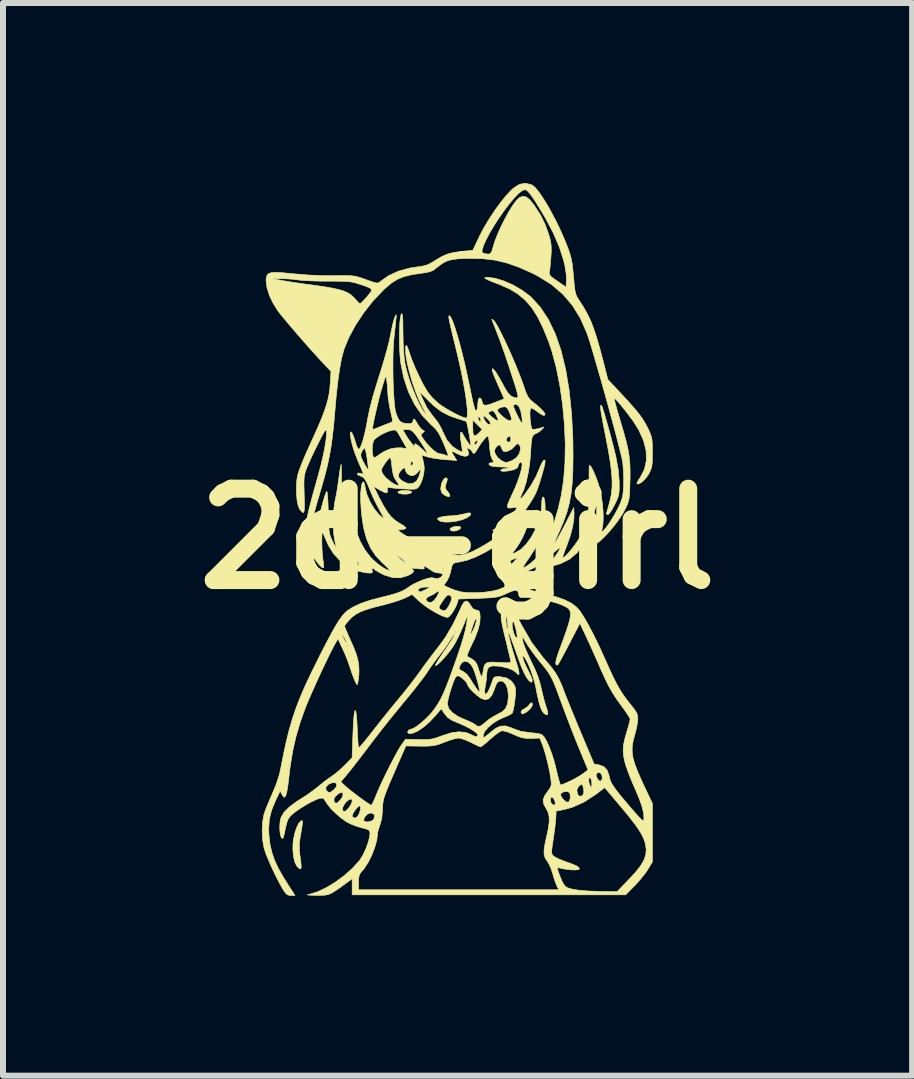
<source format=kicad_pcb>
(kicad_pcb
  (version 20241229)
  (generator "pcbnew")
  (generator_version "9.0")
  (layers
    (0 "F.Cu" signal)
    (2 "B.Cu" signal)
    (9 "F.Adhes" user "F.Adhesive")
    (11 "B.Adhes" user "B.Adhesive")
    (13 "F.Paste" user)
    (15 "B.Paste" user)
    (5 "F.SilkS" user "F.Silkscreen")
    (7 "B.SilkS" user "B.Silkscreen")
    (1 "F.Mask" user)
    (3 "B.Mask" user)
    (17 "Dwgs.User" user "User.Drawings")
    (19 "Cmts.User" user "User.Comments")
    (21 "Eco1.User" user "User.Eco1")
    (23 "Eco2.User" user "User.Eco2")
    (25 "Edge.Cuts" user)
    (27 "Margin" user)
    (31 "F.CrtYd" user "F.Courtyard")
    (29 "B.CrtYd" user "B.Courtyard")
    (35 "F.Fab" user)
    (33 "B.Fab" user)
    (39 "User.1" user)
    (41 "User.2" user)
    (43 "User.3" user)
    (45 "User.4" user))
  (footprint "2d-girl"
    (layer "F.Cu")
    (at 4.579 5.933)
    (property "Reference" "2d-girl" (at 0 0 0) (layer "F.SilkS") (effects (font (size 1.524 1.524) (thickness 0.3))))
    (attr through_hole)
    (fp_poly (pts (xy -0.807 -0.8) (xy -0.768 -0.788) (xy -0.764 -0.772) (xy -0.795 -0.754) (xy -0.851 -0.744) (xy -0.92 -0.745) (xy -0.968 -0.755) (xy -0.996 -0.774) (xy -0.986 -0.79) (xy -0.942 -0.801) (xy -0.878 -0.804) (xy -0.807 -0.8)) (stroke (width 0.01) (type solid)) (fill yes) (layer "F.SilkS"))
    (fp_poly (pts (xy 0.034 -0.204) (xy 0.044 -0.2) (xy 0.055 -0.181) (xy 0.031 -0.156) (xy -0.016 -0.134) (xy -0.069 -0.127) (xy -0.11 -0.136) (xy -0.127 -0.158) (xy -0.109 -0.181) (xy -0.065 -0.199) (xy -0.011 -0.208) (xy 0.034 -0.204)) (stroke (width 0.01) (type solid)) (fill yes) (layer "F.SilkS"))
    (fp_poly (pts (xy 1.242 2.738) (xy 1.249 2.772) (xy 1.233 2.808) (xy 1.193 2.853) (xy 1.143 2.894) (xy 1.097 2.918) (xy 1.083 2.921) (xy 1.061 2.904) (xy 1.058 2.889) (xy 1.076 2.858) (xy 1.111 2.837) (xy 1.162 2.805) (xy 1.19 2.774) (xy 1.221 2.737) (xy 1.242 2.738)) (stroke (width 0.01) (type solid)) (fill yes) (layer "F.SilkS"))
    (fp_poly (pts (xy -0.176 -1.01) (xy -0.171 -0.987) (xy -0.184 -0.937) (xy -0.193 -0.912) (xy -0.206 -0.86) (xy -0.194 -0.824) (xy -0.172 -0.796) (xy -0.139 -0.753) (xy -0.127 -0.717) (xy -0.138 -0.7) (xy -0.143 -0.7) (xy -0.173 -0.708) (xy -0.207 -0.72) (xy -0.26 -0.762) (xy -0.281 -0.827) (xy -0.27 -0.91) (xy -0.262 -0.932) (xy -0.235 -0.984) (xy -0.207 -1.013) (xy -0.199 -1.016) (xy -0.176 -1.01)) (stroke (width 0.01) (type solid)) (fill yes) (layer "F.SilkS"))
    (fp_poly (pts (xy 0.215 -0.429) (xy 0.222 -0.408) (xy 0.207 -0.386) (xy 0.156 -0.349) (xy 0.077 -0.317) (xy -0.019 -0.293) (xy -0.118 -0.28) (xy -0.21 -0.278) (xy -0.281 -0.29) (xy -0.307 -0.303) (xy -0.334 -0.327) (xy -0.329 -0.342) (xy -0.29 -0.358) (xy -0.233 -0.372) (xy -0.157 -0.38) (xy -0.118 -0.381) (xy -0.028 -0.388) (xy 0.065 -0.404) (xy 0.096 -0.412) (xy 0.173 -0.43) (xy 0.215 -0.429)) (stroke (width 0.01) (type solid)) (fill yes) (layer "F.SilkS"))
    (fp_poly (pts (xy -2.586 4.708) (xy -2.585 4.73) (xy -2.59 4.774) (xy -2.601 4.846) (xy -2.619 4.952) (xy -2.625 4.982) (xy -2.639 5.1) (xy -2.636 5.214) (xy -2.627 5.285) (xy -2.612 5.394) (xy -2.607 5.464) (xy -2.611 5.5) (xy -2.628 5.506) (xy -2.656 5.484) (xy -2.675 5.464) (xy -2.709 5.403) (xy -2.733 5.311) (xy -2.745 5.201) (xy -2.744 5.085) (xy -2.736 5.016) (xy -2.714 4.911) (xy -2.684 4.818) (xy -2.649 4.747) (xy -2.613 4.707) (xy -2.605 4.703) (xy -2.593 4.701) (xy -2.586 4.708)) (stroke (width 0.01) (type solid)) (fill yes) (layer "F.SilkS"))
    (fp_poly (pts (xy 2.401 -2.22) (xy 2.412 -2.195) (xy 2.432 -2.136) (xy 2.458 -2.05) (xy 2.488 -1.945) (xy 2.521 -1.828) (xy 2.555 -1.706) (xy 2.586 -1.586) (xy 2.614 -1.476) (xy 2.637 -1.383) (xy 2.679 -1.156) (xy 2.696 -0.952) (xy 2.696 -0.93) (xy 2.696 -0.833) (xy 2.692 -0.763) (xy 2.68 -0.706) (xy 2.657 -0.646) (xy 2.619 -0.567) (xy 2.618 -0.565) (xy 2.573 -0.482) (xy 2.535 -0.426) (xy 2.507 -0.402) (xy 2.505 -0.402) (xy 2.482 -0.414) (xy 2.487 -0.439) (xy 2.499 -0.476) (xy 2.517 -0.542) (xy 2.539 -0.624) (xy 2.545 -0.646) (xy 2.565 -0.745) (xy 2.576 -0.851) (xy 2.577 -0.969) (xy 2.568 -1.105) (xy 2.549 -1.264) (xy 2.518 -1.452) (xy 2.476 -1.674) (xy 2.465 -1.731) (xy 2.432 -1.896) (xy 2.408 -2.025) (xy 2.392 -2.118) (xy 2.385 -2.181) (xy 2.384 -2.216) (xy 2.391 -2.226) (xy 2.401 -2.22)) (stroke (width 0.01) (type solid)) (fill yes) (layer "F.SilkS"))
    (fp_poly (pts (xy 1.229 -5.904) (xy 1.248 -5.895) (xy 1.295 -5.856) (xy 1.354 -5.784) (xy 1.423 -5.684) (xy 1.498 -5.563) (xy 1.575 -5.425) (xy 1.652 -5.278) (xy 1.724 -5.126) (xy 1.79 -4.975) (xy 1.81 -4.924) (xy 1.851 -4.818) (xy 1.879 -4.733) (xy 1.899 -4.655) (xy 1.914 -4.571) (xy 1.925 -4.467) (xy 1.934 -4.374) (xy 1.944 -4.256) (xy 1.953 -4.171) (xy 1.964 -4.109) (xy 1.978 -4.062) (xy 1.998 -4.021) (xy 2.027 -3.975) (xy 2.046 -3.948) (xy 2.111 -3.845) (xy 2.169 -3.741) (xy 2.222 -3.629) (xy 2.271 -3.501) (xy 2.32 -3.353) (xy 2.371 -3.177) (xy 2.427 -2.966) (xy 2.436 -2.932) (xy 2.506 -2.656) (xy 2.733 -2.413) (xy 2.853 -2.283) (xy 2.947 -2.177) (xy 3.021 -2.087) (xy 3.079 -2.008) (xy 3.126 -1.932) (xy 3.168 -1.854) (xy 3.182 -1.825) (xy 3.211 -1.76) (xy 3.23 -1.707) (xy 3.242 -1.652) (xy 3.247 -1.583) (xy 3.249 -1.49) (xy 3.249 -1.439) (xy 3.248 -1.331) (xy 3.245 -1.254) (xy 3.237 -1.198) (xy 3.222 -1.151) (xy 3.199 -1.102) (xy 3.191 -1.085) (xy 3.149 -1.022) (xy 3.1 -0.968) (xy 3.05 -0.929) (xy 3.009 -0.912) (xy 2.991 -0.918) (xy 2.996 -0.94) (xy 3.02 -0.984) (xy 3.045 -1.02) (xy 3.116 -1.156) (xy 3.149 -1.306) (xy 3.144 -1.468) (xy 3.101 -1.639) (xy 3.021 -1.816) (xy 2.928 -1.963) (xy 2.859 -2.056) (xy 2.79 -2.146) (xy 2.726 -2.225) (xy 2.672 -2.288) (xy 2.632 -2.33) (xy 2.612 -2.343) (xy 2.611 -2.343) (xy 2.614 -2.321) (xy 2.628 -2.265) (xy 2.651 -2.181) (xy 2.681 -2.076) (xy 2.717 -1.956) (xy 2.72 -1.945) (xy 2.772 -1.768) (xy 2.812 -1.622) (xy 2.841 -1.496) (xy 2.86 -1.383) (xy 2.872 -1.272) (xy 2.877 -1.154) (xy 2.877 -1.02) (xy 2.875 -0.956) (xy 2.872 -0.833) (xy 2.868 -0.744) (xy 2.861 -0.677) (xy 2.85 -0.624) (xy 2.833 -0.576) (xy 2.81 -0.523) (xy 2.803 -0.508) (xy 2.751 -0.413) (xy 2.683 -0.311) (xy 2.605 -0.208) (xy 2.522 -0.11) (xy 2.441 -0.023) (xy 2.365 0.046) (xy 2.302 0.091) (xy 2.257 0.106) (xy 2.235 0.101) (xy 2.225 0.083) (xy 2.229 0.044) (xy 2.247 -0.023) (xy 2.266 -0.085) (xy 2.287 -0.174) (xy 2.306 -0.284) (xy 2.317 -0.395) (xy 2.318 -0.413) (xy 2.321 -0.494) (xy 2.321 -0.541) (xy 2.315 -0.553) (xy 2.304 -0.529) (xy 2.286 -0.467) (xy 2.26 -0.365) (xy 2.244 -0.298) (xy 2.179 -0.084) (xy 2.096 0.093) (xy 1.993 0.234) (xy 1.869 0.34) (xy 1.724 0.413) (xy 1.651 0.436) (xy 1.581 0.451) (xy 1.53 0.459) (xy 1.509 0.457) (xy 1.515 0.437) (xy 1.544 0.396) (xy 1.573 0.362) (xy 1.616 0.31) (xy 1.657 0.253) (xy 1.689 0.2) (xy 1.708 0.162) (xy 1.707 0.148) (xy 1.688 0.161) (xy 1.644 0.196) (xy 1.582 0.248) (xy 1.514 0.306) (xy 1.388 0.408) (xy 1.28 0.482) (xy 1.183 0.53) (xy 1.087 0.558) (xy 1.011 0.568) (xy 0.936 0.568) (xy 0.894 0.558) (xy 0.887 0.54) (xy 0.91 0.519) (xy 0.932 0.494) (xy 0.918 0.479) (xy 0.884 0.481) (xy 0.861 0.483) (xy 0.863 0.469) (xy 0.892 0.435) (xy 0.92 0.404) (xy 1.005 0.316) (xy 0.92 0.345) (xy 0.859 0.377) (xy 0.83 0.422) (xy 0.829 0.489) (xy 0.845 0.553) (xy 0.885 0.629) (xy 0.948 0.68) (xy 1.014 0.723) (xy 1.088 0.775) (xy 1.117 0.796) (xy 1.171 0.831) (xy 1.236 0.86) (xy 1.322 0.887) (xy 1.439 0.916) (xy 1.456 0.92) (xy 1.638 0.967) (xy 1.782 1.017) (xy 1.895 1.073) (xy 1.982 1.138) (xy 2.039 1.202) (xy 2.105 1.303) (xy 2.182 1.437) (xy 2.268 1.6) (xy 2.358 1.785) (xy 2.45 1.987) (xy 2.456 2) (xy 2.532 2.171) (xy 2.597 2.31) (xy 2.655 2.424) (xy 2.709 2.519) (xy 2.764 2.604) (xy 2.823 2.685) (xy 2.868 2.742) (xy 2.931 2.821) (xy 2.972 2.878) (xy 2.994 2.923) (xy 3.004 2.964) (xy 3.006 3.007) (xy 2.999 3.074) (xy 2.982 3.163) (xy 2.958 3.259) (xy 2.951 3.282) (xy 2.926 3.38) (xy 2.912 3.47) (xy 2.912 3.56) (xy 2.926 3.655) (xy 2.957 3.762) (xy 3.006 3.889) (xy 3.073 4.041) (xy 3.128 4.159) (xy 3.249 4.413) (xy 3.249 5.389) (xy 3.175 5.511) (xy 3.126 5.583) (xy 3.057 5.669) (xy 2.982 5.755) (xy 2.952 5.786) (xy 2.803 5.937) (xy -1.757 5.937) (xy -1.757 5.803) (xy -1.757 5.728) (xy -1.651 5.728) (xy -1.651 5.853) (xy 1.689 5.853) (xy 1.656 5.789) (xy 1.634 5.735) (xy 1.608 5.658) (xy 1.586 5.583) (xy 1.558 5.497) (xy 1.523 5.42) (xy 1.494 5.375) (xy 1.462 5.326) (xy 1.444 5.27) (xy 1.443 5.229) (xy 1.569 5.229) (xy 1.574 5.257) (xy 1.586 5.276) (xy 1.599 5.29) (xy 1.638 5.315) (xy 1.705 5.347) (xy 1.787 5.379) (xy 1.81 5.387) (xy 1.913 5.424) (xy 1.98 5.453) (xy 2.018 5.478) (xy 2.032 5.501) (xy 2.032 5.506) (xy 2.013 5.518) (xy 1.963 5.523) (xy 1.894 5.521) (xy 1.817 5.513) (xy 1.759 5.502) (xy 1.703 5.49) (xy 1.667 5.486) (xy 1.661 5.487) (xy 1.666 5.508) (xy 1.682 5.558) (xy 1.708 5.628) (xy 1.713 5.641) (xy 1.75 5.728) (xy 1.785 5.783) (xy 1.822 5.814) (xy 1.828 5.817) (xy 1.903 5.841) (xy 2.017 5.86) (xy 2.167 5.873) (xy 2.35 5.88) (xy 2.415 5.882) (xy 2.661 5.884) (xy 2.852 5.686) (xy 2.97 5.559) (xy 3.055 5.449) (xy 3.111 5.352) (xy 3.14 5.262) (xy 3.145 5.171) (xy 3.129 5.075) (xy 3.127 5.069) (xy 3.105 5.003) (xy 3.072 4.933) (xy 3.023 4.853) (xy 2.957 4.758) (xy 2.869 4.645) (xy 2.757 4.508) (xy 2.699 4.439) (xy 2.454 4.149) (xy 2.312 4.258) (xy 2.113 4.388) (xy 1.913 4.478) (xy 1.78 4.514) (xy 1.644 4.541) (xy 1.639 4.657) (xy 1.633 4.727) (xy 1.622 4.824) (xy 1.607 4.934) (xy 1.596 5.012) (xy 1.58 5.115) (xy 1.571 5.185) (xy 1.569 5.229) (xy 1.443 5.229) (xy 1.442 5.198) (xy 1.455 5.104) (xy 1.482 4.977) (xy 1.483 4.974) (xy 1.514 4.829) (xy 1.529 4.715) (xy 1.526 4.625) (xy 1.506 4.551) (xy 1.473 4.49) (xy 1.435 4.42) (xy 1.427 4.357) (xy 1.432 4.341) (xy 1.547 4.341) (xy 1.551 4.387) (xy 1.571 4.42) (xy 1.607 4.443) (xy 1.627 4.431) (xy 1.63 4.412) (xy 1.621 4.366) (xy 1.599 4.326) (xy 1.575 4.306) (xy 1.565 4.308) (xy 1.547 4.341) (xy 1.432 4.341) (xy 1.45 4.289) (xy 1.454 4.284) (xy 1.72 4.284) (xy 1.754 4.338) (xy 1.768 4.352) (xy 1.818 4.391) (xy 1.853 4.39) (xy 1.874 4.35) (xy 1.88 4.311) (xy 1.875 4.248) (xy 1.845 4.217) (xy 1.787 4.217) (xy 1.767 4.221) (xy 1.724 4.245) (xy 1.72 4.284) (xy 1.454 4.284) (xy 1.507 4.207) (xy 1.517 4.193) (xy 1.99 4.193) (xy 2 4.256) (xy 2.027 4.291) (xy 2.064 4.292) (xy 2.094 4.267) (xy 2.106 4.226) (xy 2.102 4.166) (xy 2.084 4.107) (xy 2.08 4.1) (xy 2.06 4.097) (xy 2.031 4.118) (xy 2.004 4.153) (xy 1.99 4.189) (xy 1.99 4.193) (xy 1.517 4.193) (xy 1.545 4.154) (xy 1.562 4.11) (xy 1.562 4.055) (xy 1.557 4.015) (xy 1.539 3.899) (xy 1.511 3.767) (xy 1.478 3.634) (xy 1.444 3.515) (xy 1.416 3.435) (xy 1.371 3.324) (xy 1.23 3.329) (xy 1.149 3.329) (xy 1.082 3.319) (xy 1.011 3.296) (xy 0.935 3.263) (xy 0.833 3.221) (xy 0.76 3.203) (xy 0.732 3.204) (xy 0.694 3.224) (xy 0.636 3.265) (xy 0.568 3.321) (xy 0.542 3.344) (xy 0.478 3.401) (xy 0.425 3.444) (xy 0.392 3.468) (xy 0.386 3.471) (xy 0.361 3.462) (xy 0.309 3.438) (xy 0.239 3.404) (xy 0.225 3.397) (xy 0.146 3.361) (xy 0.073 3.335) (xy 0.021 3.323) (xy 0.018 3.323) (xy -0.03 3.331) (xy -0.103 3.351) (xy -0.189 3.381) (xy -0.218 3.392) (xy -0.298 3.423) (xy -0.363 3.442) (xy -0.426 3.453) (xy -0.501 3.458) (xy -0.601 3.458) (xy -0.627 3.458) (xy -0.862 3.455) (xy -1.002 3.775) (xy -1.073 3.939) (xy -1.13 4.069) (xy -1.172 4.172) (xy -1.203 4.252) (xy -1.225 4.315) (xy -1.238 4.366) (xy -1.245 4.412) (xy -1.248 4.457) (xy -1.249 4.506) (xy -1.249 4.507) (xy -1.264 4.667) (xy -1.291 4.763) (xy -1.315 4.832) (xy -1.331 4.893) (xy -1.333 4.918) (xy -1.346 5.022) (xy -1.38 5.145) (xy -1.429 5.274) (xy -1.489 5.395) (xy -1.553 5.494) (xy -1.574 5.519) (xy -1.619 5.572) (xy -1.641 5.618) (xy -1.65 5.675) (xy -1.651 5.728) (xy -1.757 5.728) (xy -1.757 5.669) (xy -1.857 5.742) (xy -1.961 5.818) (xy -2.04 5.872) (xy -2.1 5.909) (xy -2.152 5.931) (xy -2.204 5.942) (xy -2.263 5.946) (xy -2.339 5.946) (xy -2.353 5.946) (xy -2.441 5.944) (xy -2.49 5.941) (xy -2.504 5.937) (xy -2.486 5.931) (xy -2.461 5.926) (xy -2.33 5.885) (xy -2.185 5.816) (xy -2.034 5.724) (xy -1.888 5.616) (xy -1.754 5.497) (xy -1.643 5.375) (xy -1.627 5.355) (xy -1.574 5.268) (xy -1.525 5.162) (xy -1.486 5.052) (xy -1.464 4.954) (xy -1.46 4.911) (xy -1.464 4.88) (xy -1.479 4.859) (xy -1.516 4.842) (xy -1.584 4.823) (xy -1.602 4.818) (xy -1.693 4.791) (xy -1.784 4.755) (xy -1.84 4.727) (xy -1.889 4.693) (xy -1.566 4.693) (xy -1.549 4.715) (xy -1.509 4.722) (xy -1.459 4.716) (xy -1.415 4.696) (xy -1.396 4.676) (xy -1.381 4.621) (xy -1.402 4.584) (xy -1.448 4.572) (xy -1.5 4.59) (xy -1.544 4.633) (xy -1.566 4.686) (xy -1.566 4.693) (xy -1.889 4.693) (xy -1.93 4.665) (xy -1.981 4.622) (xy -1.756 4.622) (xy -1.74 4.651) (xy -1.713 4.657) (xy -1.673 4.639) (xy -1.639 4.582) (xy -1.638 4.58) (xy -1.621 4.522) (xy -1.618 4.476) (xy -1.62 4.469) (xy -1.633 4.453) (xy -1.655 4.464) (xy -1.694 4.506) (xy -1.695 4.508) (xy -1.74 4.573) (xy -1.756 4.622) (xy -1.981 4.622) (xy -2.022 4.587) (xy -2.107 4.504) (xy -2.112 4.498) (xy -1.92 4.498) (xy -1.916 4.529) (xy -1.893 4.549) (xy -1.861 4.537) (xy -1.816 4.491) (xy -1.812 4.486) (xy -1.777 4.434) (xy -1.758 4.384) (xy -1.759 4.349) (xy -1.775 4.339) (xy -1.819 4.355) (xy -1.864 4.396) (xy -1.901 4.447) (xy -1.92 4.498) (xy -2.112 4.498) (xy -2.171 4.425) (xy -2.193 4.391) (xy -2.219 4.349) (xy -2.064 4.349) (xy -2.052 4.394) (xy -2.051 4.394) (xy -2.029 4.412) (xy -2.003 4.402) (xy -1.976 4.379) (xy -1.937 4.334) (xy -1.915 4.294) (xy -1.91 4.245) (xy -1.932 4.228) (xy -1.978 4.245) (xy -1.981 4.247) (xy -2.039 4.298) (xy -2.064 4.349) (xy -2.219 4.349) (xy -2.223 4.342) (xy -2.252 4.324) (xy -2.294 4.327) (xy -2.352 4.347) (xy -2.434 4.386) (xy -2.527 4.437) (xy -2.62 4.495) (xy -2.702 4.551) (xy -2.755 4.593) (xy -2.799 4.638) (xy -2.829 4.684) (xy -2.85 4.745) (xy -2.869 4.825) (xy -2.885 4.901) (xy -2.899 4.96) (xy -2.909 4.989) (xy -2.91 4.991) (xy -2.93 4.994) (xy -2.946 4.963) (xy -2.958 4.909) (xy -2.964 4.84) (xy -2.963 4.765) (xy -2.955 4.694) (xy -2.941 4.642) (xy -2.891 4.559) (xy -2.803 4.471) (xy -2.675 4.377) (xy -2.614 4.339) (xy -2.521 4.279) (xy -2.425 4.211) (xy -2.344 4.149) (xy -2.333 4.14) (xy -2.195 4.14) (xy -2.194 4.184) (xy -2.176 4.208) (xy -2.149 4.229) (xy -2.121 4.227) (xy -2.079 4.199) (xy -2.067 4.189) (xy -2.022 4.14) (xy -2.013 4.098) (xy -2.034 4.07) (xy -2.077 4.064) (xy -2.137 4.086) (xy -2.154 4.097) (xy -2.195 4.14) (xy -2.333 4.14) (xy -2.328 4.136) (xy -2.25 4.073) (xy -2.225 4.053) (xy -1.947 4.053) (xy -1.857 4.136) (xy -1.808 4.178) (xy -1.741 4.231) (xy -1.665 4.289) (xy -1.589 4.345) (xy -1.52 4.393) (xy -1.467 4.428) (xy -1.438 4.444) (xy -1.437 4.444) (xy -1.424 4.426) (xy -1.4 4.378) (xy -1.369 4.307) (xy -1.355 4.27) (xy -1.312 4.17) (xy -1.258 4.05) (xy -1.196 3.921) (xy -1.13 3.789) (xy -1.066 3.665) (xy -1.007 3.557) (xy -0.958 3.472) (xy -0.931 3.432) (xy -0.866 3.343) (xy -0.65 3.348) (xy -0.547 3.349) (xy -0.47 3.345) (xy -0.405 3.335) (xy -0.337 3.314) (xy -0.26 3.285) (xy -0.106 3.236) (xy 0.024 3.218) (xy 0.138 3.231) (xy 0.212 3.26) (xy 0.28 3.291) (xy 0.32 3.3) (xy 0.325 3.295) (xy 0.428 3.295) (xy 0.431 3.316) (xy 0.45 3.308) (xy 0.491 3.278) (xy 0.546 3.232) (xy 0.548 3.23) (xy 0.637 3.16) (xy 0.716 3.125) (xy 0.796 3.121) (xy 0.887 3.148) (xy 0.925 3.165) (xy 1.052 3.21) (xy 1.197 3.232) (xy 1.206 3.233) (xy 1.289 3.241) (xy 1.359 3.252) (xy 1.402 3.263) (xy 1.404 3.264) (xy 1.441 3.301) (xy 1.484 3.372) (xy 1.529 3.471) (xy 1.573 3.589) (xy 1.614 3.721) (xy 1.646 3.848) (xy 1.669 3.946) (xy 1.691 4.027) (xy 1.708 4.083) (xy 1.72 4.106) (xy 1.72 4.106) (xy 1.746 4.098) (xy 1.799 4.076) (xy 1.851 4.053) (xy 2.188 4.053) (xy 2.203 4.102) (xy 2.231 4.159) (xy 2.239 4.102) (xy 2.237 4.044) (xy 2.225 4.006) (xy 2.207 3.98) (xy 2.195 3.992) (xy 2.189 4.007) (xy 2.188 4.053) (xy 1.851 4.053) (xy 1.868 4.046) (xy 1.868 4.046) (xy 1.953 4.003) (xy 2.037 3.954) (xy 2.051 3.945) (xy 2.311 3.945) (xy 2.324 3.989) (xy 2.356 4.034) (xy 2.387 4.041) (xy 2.409 4.013) (xy 2.413 3.979) (xy 2.401 3.926) (xy 2.372 3.898) (xy 2.335 3.903) (xy 2.323 3.912) (xy 2.311 3.945) (xy 2.051 3.945) (xy 2.088 3.92) (xy 2.176 3.855) (xy 2.032 3.507) (xy 1.974 3.365) (xy 1.908 3.198) (xy 1.841 3.024) (xy 1.778 2.858) (xy 1.745 2.77) (xy 1.689 2.617) (xy 1.644 2.496) (xy 1.606 2.402) (xy 1.571 2.327) (xy 1.537 2.265) (xy 1.499 2.207) (xy 1.455 2.149) (xy 1.4 2.082) (xy 1.382 2.061) (xy 1.31 1.971) (xy 1.239 1.875) (xy 1.178 1.788) (xy 1.157 1.754) (xy 1.075 1.619) (xy 1.087 1.704) (xy 1.102 1.755) (xy 1.131 1.833) (xy 1.173 1.928) (xy 1.221 2.03) (xy 1.227 2.043) (xy 1.294 2.184) (xy 1.343 2.305) (xy 1.379 2.422) (xy 1.399 2.508) (xy 1.423 2.611) (xy 1.449 2.71) (xy 1.473 2.79) (xy 1.483 2.819) (xy 1.504 2.889) (xy 1.503 2.929) (xy 1.48 2.937) (xy 1.438 2.909) (xy 1.438 2.909) (xy 1.41 2.872) (xy 1.383 2.809) (xy 1.356 2.718) (xy 1.327 2.592) (xy 1.303 2.466) (xy 1.281 2.374) (xy 1.25 2.273) (xy 1.213 2.171) (xy 1.174 2.079) (xy 1.136 2.006) (xy 1.105 1.962) (xy 1.097 1.956) (xy 1.085 1.96) (xy 1.09 1.994) (xy 1.109 2.052) (xy 1.141 2.125) (xy 1.177 2.197) (xy 1.224 2.291) (xy 1.246 2.354) (xy 1.243 2.386) (xy 1.229 2.392) (xy 1.196 2.372) (xy 1.154 2.318) (xy 1.108 2.233) (xy 1.061 2.125) (xy 1.03 2.043) (xy 0.973 1.882) (xy 0.928 1.758) (xy 0.895 1.668) (xy 0.872 1.606) (xy 0.857 1.571) (xy 0.849 1.559) (xy 0.847 1.563) (xy 0.853 1.609) (xy 0.871 1.686) (xy 0.897 1.786) (xy 0.931 1.902) (xy 0.969 2.024) (xy 0.977 2.049) (xy 1.008 2.151) (xy 1.024 2.223) (xy 1.025 2.262) (xy 1.01 2.266) (xy 0.986 2.239) (xy 0.932 2.195) (xy 0.845 2.158) (xy 0.733 2.132) (xy 0.674 2.124) (xy 0.584 2.12) (xy 0.528 2.137) (xy 0.497 2.178) (xy 0.487 2.249) (xy 0.487 2.268) (xy 0.482 2.337) (xy 0.47 2.421) (xy 0.463 2.456) (xy 0.451 2.532) (xy 0.455 2.576) (xy 0.463 2.588) (xy 0.484 2.585) (xy 0.513 2.543) (xy 0.547 2.465) (xy 0.585 2.36) (xy 0.6 2.322) (xy 0.624 2.304) (xy 0.668 2.299) (xy 0.708 2.3) (xy 0.818 2.321) (xy 0.901 2.375) (xy 0.95 2.445) (xy 0.964 2.484) (xy 0.969 2.532) (xy 0.966 2.6) (xy 0.956 2.694) (xy 0.944 2.781) (xy 0.929 2.854) (xy 0.916 2.901) (xy 0.911 2.91) (xy 0.88 2.931) (xy 0.822 2.959) (xy 0.765 2.982) (xy 0.672 3.025) (xy 0.583 3.083) (xy 0.507 3.148) (xy 0.454 3.212) (xy 0.435 3.251) (xy 0.428 3.295) (xy 0.325 3.295) (xy 0.337 3.286) (xy 0.339 3.271) (xy 0.32 3.242) (xy 0.27 3.203) (xy 0.197 3.159) (xy 0.109 3.114) (xy 0.013 3.072) (xy 0 3.068) (xy -0.096 3.026) (xy -0.164 2.98) (xy -0.215 2.921) (xy -0.233 2.893) (xy -0.27 2.834) (xy -0.371 2.952) (xy -0.469 3.056) (xy -0.567 3.141) (xy -0.66 3.204) (xy -0.741 3.241) (xy -0.806 3.248) (xy -0.82 3.244) (xy -0.833 3.224) (xy -0.819 3.197) (xy -0.789 3.178) (xy -0.773 3.175) (xy -0.733 3.161) (xy -0.672 3.122) (xy -0.601 3.066) (xy -0.527 3) (xy -0.459 2.931) (xy -0.421 2.886) (xy -0.369 2.817) (xy -0.326 2.752) (xy -0.169 2.752) (xy -0.149 2.827) (xy -0.088 2.898) (xy 0.009 2.964) (xy 0.12 3.014) (xy 0.197 3.046) (xy 0.259 3.076) (xy 0.295 3.1) (xy 0.297 3.102) (xy 0.34 3.13) (xy 0.391 3.119) (xy 0.454 3.07) (xy 0.464 3.06) (xy 0.523 3.012) (xy 0.601 2.962) (xy 0.66 2.931) (xy 0.746 2.884) (xy 0.802 2.829) (xy 0.834 2.755) (xy 0.846 2.653) (xy 0.847 2.607) (xy 0.836 2.508) (xy 0.807 2.431) (xy 0.764 2.383) (xy 0.721 2.371) (xy 0.681 2.381) (xy 0.649 2.418) (xy 0.621 2.488) (xy 0.613 2.513) (xy 0.572 2.61) (xy 0.522 2.667) (xy 0.461 2.684) (xy 0.39 2.66) (xy 0.38 2.653) (xy 0.321 2.608) (xy 0.261 2.554) (xy 0.21 2.501) (xy 0.177 2.458) (xy 0.169 2.439) (xy 0.153 2.401) (xy 0.113 2.354) (xy 0.064 2.313) (xy 0.018 2.288) (xy 0.004 2.286) (xy -0.018 2.294) (xy -0.039 2.32) (xy -0.063 2.373) (xy -0.094 2.459) (xy -0.103 2.486) (xy -0.132 2.579) (xy -0.154 2.665) (xy -0.167 2.73) (xy -0.169 2.752) (xy -0.326 2.752) (xy -0.323 2.748) (xy -0.281 2.673) (xy -0.239 2.585) (xy -0.193 2.477) (xy -0.141 2.342) (xy -0.08 2.175) (xy -0.074 2.158) (xy -0.071 2.151) (xy 0.027 2.151) (xy 0.028 2.175) (xy 0.057 2.195) (xy 0.092 2.212) (xy 0.155 2.259) (xy 0.209 2.331) (xy 0.211 2.334) (xy 0.251 2.402) (xy 0.294 2.467) (xy 0.332 2.52) (xy 0.361 2.552) (xy 0.372 2.556) (xy 0.37 2.534) (xy 0.358 2.48) (xy 0.34 2.405) (xy 0.328 2.362) (xy 0.292 2.241) (xy 0.258 2.155) (xy 0.223 2.097) (xy 0.183 2.061) (xy 0.171 2.054) (xy 0.114 2.042) (xy 0.068 2.07) (xy 0.045 2.108) (xy 0.027 2.151) (xy -0.071 2.151) (xy -0.002 1.955) (xy 0.055 1.786) (xy 0.098 1.645) (xy 0.115 1.579) (xy 0.217 1.579) (xy 0.218 1.595) (xy 0.234 1.575) (xy 0.264 1.516) (xy 0.268 1.508) (xy 0.296 1.439) (xy 0.312 1.378) (xy 0.313 1.349) (xy 0.305 1.336) (xy 0.289 1.359) (xy 0.265 1.421) (xy 0.259 1.438) (xy 0.23 1.526) (xy 0.217 1.579) (xy 0.115 1.579) (xy 0.129 1.527) (xy 0.15 1.426) (xy 0.159 1.365) (xy 0.164 1.318) (xy 0.163 1.298) (xy 0.155 1.307) (xy 0.137 1.35) (xy 0.106 1.428) (xy 0.1 1.442) (xy 0.055 1.547) (xy 0.002 1.659) (xy -0.049 1.756) (xy -0.058 1.77) (xy -0.103 1.838) (xy -0.159 1.911) (xy -0.218 1.982) (xy -0.276 2.044) (xy -0.325 2.09) (xy -0.359 2.114) (xy -0.37 2.114) (xy -0.363 2.093) (xy -0.335 2.046) (xy -0.292 1.978) (xy -0.242 1.903) (xy -0.161 1.786) (xy -0.101 1.694) (xy -0.063 1.629) (xy -0.048 1.593) (xy -0.051 1.587) (xy -0.066 1.604) (xy -0.095 1.647) (xy -0.128 1.699) (xy -0.176 1.772) (xy -0.238 1.859) (xy -0.302 1.942) (xy -0.305 1.947) (xy -0.375 2.038) (xy -0.45 2.142) (xy -0.511 2.233) (xy -0.555 2.296) (xy -0.621 2.383) (xy -0.701 2.487) (xy -0.791 2.599) (xy -0.885 2.712) (xy -0.891 2.72) (xy -0.999 2.851) (xy -1.122 3.002) (xy -1.248 3.161) (xy -1.368 3.315) (xy -1.455 3.429) (xy -1.544 3.547) (xy -1.632 3.662) (xy -1.714 3.767) (xy -1.782 3.855) (xy -1.833 3.917) (xy -1.84 3.926) (xy -1.947 4.053) (xy -2.225 4.053) (xy -2.166 4.009) (xy -2.106 3.967) (xy -2.037 3.917) (xy -1.957 3.849) (xy -1.883 3.778) (xy -1.879 3.775) (xy -1.758 3.651) (xy -1.744 3.254) (xy -1.737 3.097) (xy -1.729 2.982) (xy -1.721 2.906) (xy -1.712 2.869) (xy -1.706 2.864) (xy -1.695 2.888) (xy -1.686 2.952) (xy -1.678 3.051) (xy -1.672 3.17) (xy -1.667 3.278) (xy -1.662 3.371) (xy -1.656 3.44) (xy -1.65 3.477) (xy -1.648 3.482) (xy -1.631 3.471) (xy -1.594 3.431) (xy -1.541 3.368) (xy -1.477 3.288) (xy -1.443 3.245) (xy -1.362 3.141) (xy -1.264 3.017) (xy -1.158 2.885) (xy -1.053 2.756) (xy -0.996 2.688) (xy -0.903 2.574) (xy -0.807 2.454) (xy -0.718 2.338) (xy -0.642 2.236) (xy -0.602 2.18) (xy -0.526 2.074) (xy -0.439 1.958) (xy -0.355 1.849) (xy -0.317 1.802) (xy -0.196 1.634) (xy -0.151 1.556) (xy -0.042 1.556) (xy -0.032 1.566) (xy -0.021 1.556) (xy -0.032 1.545) (xy -0.042 1.556) (xy -0.151 1.556) (xy -0.076 1.428) (xy 0.041 1.186) (xy 0.071 1.117) (xy 0.108 1.057) (xy 0.148 1.038) (xy 0.187 1.062) (xy 0.217 1.11) (xy 0.255 1.165) (xy 0.304 1.188) (xy 0.311 1.189) (xy 0.347 1.197) (xy 0.365 1.217) (xy 0.374 1.262) (xy 0.377 1.301) (xy 0.372 1.397) (xy 0.343 1.513) (xy 0.291 1.652) (xy 0.217 1.809) (xy 0.185 1.879) (xy 0.164 1.932) (xy 0.16 1.961) (xy 0.162 1.962) (xy 0.19 1.977) (xy 0.238 2.004) (xy 0.248 2.01) (xy 0.292 2.045) (xy 0.323 2.093) (xy 0.349 2.168) (xy 0.352 2.179) (xy 0.373 2.243) (xy 0.391 2.285) (xy 0.403 2.296) (xy 0.415 2.271) (xy 0.426 2.22) (xy 0.429 2.201) (xy 0.441 2.134) (xy 0.461 2.09) (xy 0.496 2.066) (xy 0.554 2.057) (xy 0.644 2.059) (xy 0.693 2.062) (xy 0.794 2.068) (xy 0.858 2.067) (xy 0.887 2.059) (xy 0.889 2.053) (xy 0.884 2.025) (xy 0.871 1.964) (xy 0.85 1.878) (xy 0.825 1.776) (xy 0.817 1.74) (xy 0.779 1.587) (xy 0.752 1.468) (xy 0.735 1.379) (xy 0.727 1.312) (xy 0.727 1.294) (xy 0.807 1.294) (xy 0.808 1.36) (xy 0.814 1.427) (xy 0.822 1.482) (xy 0.832 1.515) (xy 0.839 1.518) (xy 0.84 1.495) (xy 0.837 1.443) (xy 0.911 1.443) (xy 0.92 1.51) (xy 0.935 1.569) (xy 0.955 1.619) (xy 0.975 1.649) (xy 0.991 1.652) (xy 0.995 1.633) (xy 0.99 1.588) (xy 0.978 1.526) (xy 0.962 1.462) (xy 0.945 1.408) (xy 0.932 1.378) (xy 0.928 1.376) (xy 0.914 1.394) (xy 0.911 1.443) (xy 0.837 1.443) (xy 0.837 1.441) (xy 0.83 1.366) (xy 0.828 1.353) (xy 0.819 1.279) (xy 0.813 1.246) (xy 0.809 1.249) (xy 0.807 1.288) (xy 0.807 1.294) (xy 0.727 1.294) (xy 0.728 1.261) (xy 0.736 1.222) (xy 0.75 1.188) (xy 0.789 1.137) (xy 0.837 1.122) (xy 0.876 1.13) (xy 0.889 1.145) (xy 0.902 1.175) (xy 0.933 1.221) (xy 0.943 1.233) (xy 0.98 1.284) (xy 1.025 1.358) (xy 1.069 1.44) (xy 1.073 1.448) (xy 1.234 1.726) (xy 1.427 1.982) (xy 1.469 2.03) (xy 1.562 2.139) (xy 1.632 2.235) (xy 1.688 2.332) (xy 1.739 2.446) (xy 1.775 2.54) (xy 1.801 2.61) (xy 1.842 2.711) (xy 1.892 2.835) (xy 1.95 2.976) (xy 2.011 3.125) (xy 2.059 3.238) (xy 2.277 3.757) (xy 2.358 3.77) (xy 2.441 3.801) (xy 2.497 3.864) (xy 2.53 3.961) (xy 2.531 3.969) (xy 2.542 4.015) (xy 2.562 4.064) (xy 2.594 4.119) (xy 2.642 4.187) (xy 2.708 4.272) (xy 2.798 4.379) (xy 2.882 4.477) (xy 2.964 4.572) (xy 3.023 4.638) (xy 3.062 4.679) (xy 3.086 4.698) (xy 3.099 4.698) (xy 3.105 4.683) (xy 3.108 4.662) (xy 3.103 4.577) (xy 3.075 4.462) (xy 3.023 4.316) (xy 2.946 4.137) (xy 2.938 4.119) (xy 2.891 4.009) (xy 2.846 3.893) (xy 2.809 3.788) (xy 2.791 3.728) (xy 2.769 3.624) (xy 2.761 3.531) (xy 2.768 3.435) (xy 2.792 3.325) (xy 2.828 3.199) (xy 2.852 3.119) (xy 2.869 3.053) (xy 2.878 3.012) (xy 2.878 3.007) (xy 2.866 2.979) (xy 2.833 2.926) (xy 2.784 2.855) (xy 2.733 2.785) (xy 2.653 2.675) (xy 2.583 2.567) (xy 2.517 2.45) (xy 2.451 2.314) (xy 2.377 2.151) (xy 2.354 2.095) (xy 2.308 1.991) (xy 2.252 1.866) (xy 2.194 1.738) (xy 2.154 1.652) (xy 2.04 1.409) (xy 1.865 1.747) (xy 1.808 1.857) (xy 1.756 1.954) (xy 1.714 2.032) (xy 1.684 2.084) (xy 1.671 2.104) (xy 1.65 2.106) (xy 1.638 2.087) (xy 1.639 2.051) (xy 1.654 1.986) (xy 1.681 1.903) (xy 1.694 1.867) (xy 1.76 1.689) (xy 1.811 1.545) (xy 1.848 1.432) (xy 1.872 1.345) (xy 1.883 1.279) (xy 1.882 1.23) (xy 1.871 1.194) (xy 1.849 1.166) (xy 1.826 1.147) (xy 1.753 1.109) (xy 1.65 1.071) (xy 1.527 1.037) (xy 1.395 1.009) (xy 1.266 0.989) (xy 1.151 0.98) (xy 1.101 0.98) (xy 1.05 0.979) (xy 1.027 0.961) (xy 1.02 0.931) (xy 1.009 0.885) (xy 0.987 0.861) (xy 0.948 0.861) (xy 0.885 0.883) (xy 0.821 0.911) (xy 0.76 0.938) (xy 0.708 0.958) (xy 0.656 0.971) (xy 0.594 0.98) (xy 0.514 0.986) (xy 0.405 0.991) (xy 0.34 0.994) (xy 0.014 1.005) (xy -0.001 1.061) (xy -0.026 1.127) (xy -0.063 1.196) (xy -0.104 1.257) (xy -0.143 1.3) (xy -0.169 1.312) (xy -0.221 1.3) (xy -0.297 1.267) (xy -0.387 1.219) (xy -0.48 1.162) (xy -0.514 1.138) (xy -0.307 1.138) (xy -0.305 1.159) (xy -0.286 1.177) (xy -0.284 1.179) (xy -0.236 1.201) (xy -0.196 1.189) (xy -0.156 1.139) (xy -0.132 1.093) (xy -0.104 1.027) (xy -0.097 0.986) (xy -0.108 0.961) (xy -0.137 0.937) (xy -0.168 0.941) (xy -0.205 0.977) (xy -0.251 1.042) (xy -0.29 1.102) (xy -0.307 1.138) (xy -0.514 1.138) (xy -0.567 1.101) (xy -0.634 1.045) (xy -0.664 1.017) (xy -0.527 1.017) (xy -0.501 1.051) (xy -0.492 1.056) (xy -0.442 1.063) (xy -0.39 1.029) (xy -0.339 0.959) (xy -0.336 0.952) (xy -0.311 0.897) (xy -0.31 0.871) (xy -0.334 0.878) (xy -0.356 0.896) (xy -0.404 0.928) (xy -0.462 0.954) (xy -0.514 0.983) (xy -0.527 1.017) (xy -0.664 1.017) (xy -0.759 0.929) (xy -0.871 0.986) (xy -0.937 1.013) (xy -1.031 1.046) (xy -1.14 1.078) (xy -1.237 1.104) (xy -1.396 1.144) (xy -1.52 1.181) (xy -1.616 1.217) (xy -1.69 1.256) (xy -1.751 1.3) (xy -1.798 1.346) (xy -1.844 1.398) (xy -1.875 1.439) (xy -1.884 1.457) (xy -1.875 1.484) (xy -1.853 1.538) (xy -1.821 1.611) (xy -1.807 1.643) (xy -1.741 1.791) (xy -1.693 1.912) (xy -1.663 2.015) (xy -1.647 2.107) (xy -1.643 2.199) (xy -1.645 2.263) (xy -1.653 2.342) (xy -1.662 2.402) (xy -1.671 2.432) (xy -1.674 2.434) (xy -1.691 2.414) (xy -1.717 2.357) (xy -1.753 2.265) (xy -1.795 2.141) (xy -1.81 2.095) (xy -1.838 2.017) (xy -1.877 1.921) (xy -1.919 1.827) (xy -1.921 1.823) (xy -1.937 1.789) (xy -1.841 1.789) (xy -1.831 1.799) (xy -1.82 1.789) (xy -1.831 1.778) (xy -1.841 1.789) (xy -1.937 1.789) (xy -1.994 1.667) (xy -2.047 1.76) (xy -2.087 1.835) (xy -2.14 1.941) (xy -2.202 2.069) (xy -2.269 2.211) (xy -2.337 2.358) (xy -2.402 2.503) (xy -2.461 2.636) (xy -2.509 2.749) (xy -2.536 2.815) (xy -2.624 3.062) (xy -2.694 3.3) (xy -2.749 3.542) (xy -2.791 3.802) (xy -2.817 4.016) (xy -2.829 4.115) (xy -2.843 4.201) (xy -2.858 4.263) (xy -2.868 4.29) (xy -2.888 4.311) (xy -2.905 4.301) (xy -2.926 4.265) (xy -2.958 4.205) (xy -3.036 4.369) (xy -3.102 4.531) (xy -3.139 4.684) (xy -3.149 4.844) (xy -3.144 4.948) (xy -3.127 5.093) (xy -3.097 5.227) (xy -3.052 5.359) (xy -2.987 5.498) (xy -2.899 5.652) (xy -2.824 5.771) (xy -2.71 5.948) (xy -2.779 5.948) (xy -2.821 5.943) (xy -2.854 5.924) (xy -2.887 5.882) (xy -2.916 5.837) (xy -2.973 5.735) (xy -3.035 5.614) (xy -3.096 5.486) (xy -3.151 5.361) (xy -3.196 5.25) (xy -3.225 5.163) (xy -3.227 5.155) (xy -3.25 5.021) (xy -3.258 4.872) (xy -3.251 4.725) (xy -3.228 4.599) (xy -3.226 4.592) (xy -3.203 4.524) (xy -3.166 4.432) (xy -3.123 4.329) (xy -3.09 4.255) (xy -3.02 4.085) (xy -2.969 3.925) (xy -2.953 3.852) (xy -2.904 3.604) (xy -2.857 3.386) (xy -2.808 3.189) (xy -2.755 3.007) (xy -2.695 2.829) (xy -2.626 2.65) (xy -2.544 2.46) (xy -2.447 2.252) (xy -2.331 2.018) (xy -2.296 1.947) (xy -2.198 1.756) (xy -2.115 1.599) (xy -2.111 1.592) (xy -1.925 1.592) (xy -1.918 1.62) (xy -1.899 1.664) (xy -1.876 1.709) (xy -1.856 1.741) (xy -1.847 1.748) (xy -1.851 1.726) (xy -1.87 1.681) (xy -1.881 1.658) (xy -1.907 1.613) (xy -1.923 1.591) (xy -1.925 1.592) (xy -2.111 1.592) (xy -2.045 1.473) (xy -1.985 1.374) (xy -1.932 1.299) (xy -1.885 1.243) (xy -1.842 1.203) (xy -1.838 1.2) (xy -1.739 1.137) (xy -1.617 1.08) (xy -1.465 1.028) (xy -1.276 0.978) (xy -1.264 0.975) (xy -1.127 0.941) (xy -1.022 0.91) (xy -0.941 0.88) (xy -0.9 0.86) (xy -0.656 0.86) (xy -0.644 0.884) (xy -0.605 0.882) (xy -0.538 0.851) (xy -0.529 0.847) (xy -0.455 0.806) (xy -0.522 0.805) (xy -0.603 0.812) (xy -0.648 0.836) (xy -0.656 0.86) (xy -0.9 0.86) (xy -0.874 0.846) (xy -0.812 0.806) (xy -0.794 0.792) (xy -0.771 0.778) (xy -0.228 0.778) (xy -0.13 0.824) (xy -0.045 0.857) (xy 0.047 0.883) (xy 0.074 0.889) (xy 0.177 0.899) (xy 0.304 0.9) (xy 0.436 0.893) (xy 0.558 0.877) (xy 0.646 0.858) (xy 0.728 0.831) (xy 0.776 0.809) (xy 0.792 0.782) (xy 0.782 0.745) (xy 0.752 0.691) (xy 0.728 0.647) (xy 0.712 0.607) (xy 0.702 0.561) (xy 0.698 0.498) (xy 0.697 0.409) (xy 0.697 0.337) (xy 0.699 0.08) (xy 0.645 0.115) (xy 0.474 0.218) (xy 0.311 0.3) (xy 0.163 0.357) (xy 0.035 0.387) (xy 0.016 0.389) (xy -0.04 0.399) (xy -0.075 0.42) (xy -0.097 0.464) (xy -0.113 0.54) (xy -0.116 0.553) (xy -0.137 0.623) (xy -0.172 0.695) (xy -0.178 0.704) (xy -0.228 0.778) (xy -0.771 0.778) (xy -0.741 0.76) (xy -0.665 0.723) (xy -0.587 0.69) (xy -0.503 0.662) (xy -0.445 0.65) (xy -0.402 0.653) (xy -0.388 0.657) (xy -0.332 0.666) (xy -0.282 0.645) (xy -0.247 0.611) (xy -0.252 0.585) (xy -0.295 0.572) (xy -0.314 0.572) (xy -0.374 0.561) (xy -0.413 0.543) (xy -0.481 0.497) (xy -0.254 0.497) (xy -0.243 0.508) (xy -0.233 0.497) (xy -0.243 0.487) (xy -0.254 0.497) (xy -0.481 0.497) (xy -0.488 0.492) (xy -0.535 0.464) (xy -0.557 0.454) (xy -0.563 0.461) (xy -0.558 0.475) (xy -0.555 0.495) (xy -0.569 0.504) (xy -0.611 0.504) (xy -0.669 0.498) (xy -0.736 0.492) (xy -0.766 0.494) (xy -0.763 0.504) (xy -0.756 0.508) (xy -0.731 0.534) (xy -0.742 0.562) (xy -0.791 0.595) (xy -0.833 0.616) (xy -0.955 0.651) (xy -1.081 0.648) (xy -1.217 0.606) (xy -1.241 0.595) (xy -1.309 0.56) (xy -1.361 0.53) (xy -1.385 0.51) (xy -1.41 0.487) (xy -1.426 0.5) (xy -1.424 0.532) (xy -1.42 0.558) (xy -1.432 0.57) (xy -1.468 0.572) (xy -1.529 0.568) (xy -1.677 0.535) (xy -1.822 0.467) (xy -1.955 0.37) (xy -2.068 0.249) (xy -2.11 0.18) (xy -2.011 0.18) (xy -2 0.191) (xy -1.99 0.18) (xy -2 0.169) (xy -2.011 0.18) (xy -2.11 0.18) (xy -2.153 0.11) (xy -2.157 0.101) (xy -2.191 0.025) (xy -2.221 -0.043) (xy -2.239 -0.085) (xy -2.25 -0.104) (xy -2.257 -0.096) (xy -2.261 -0.056) (xy -2.263 0.021) (xy -2.263 0.042) (xy -2.261 0.146) (xy -2.255 0.252) (xy -2.245 0.34) (xy -2.244 0.348) (xy -2.235 0.416) (xy -2.231 0.466) (xy -2.234 0.484) (xy -2.257 0.48) (xy -2.294 0.448) (xy -2.34 0.394) (xy -2.388 0.326) (xy -2.431 0.253) (xy -2.44 0.234) (xy -2.472 0.164) (xy -2.493 0.103) (xy -2.505 0.036) (xy -2.512 -0.051) (xy -2.515 -0.115) (xy -2.515 -0.126) (xy -2.428 -0.126) (xy -2.422 -0.064) (xy -2.406 0.053) (xy -2.368 -0.116) (xy -2.332 -0.271) (xy -2.296 -0.415) (xy -2.263 -0.542) (xy -2.233 -0.648) (xy -2.208 -0.728) (xy -2.189 -0.777) (xy -2.178 -0.789) (xy -2.173 -0.763) (xy -2.167 -0.703) (xy -2.161 -0.615) (xy -2.157 -0.507) (xy -2.155 -0.434) (xy -2.152 -0.305) (xy -2.148 -0.209) (xy -2.142 -0.138) (xy -2.133 -0.084) (xy -2.119 -0.038) (xy -2.1 0.008) (xy -2.091 0.026) (xy -2.061 0.089) (xy -2.037 0.133) (xy -2.026 0.148) (xy -2.026 0.13) (xy -2.035 0.082) (xy -2.046 0.038) (xy -2.062 -0.06) (xy -2.071 -0.184) (xy -2.073 -0.322) (xy -2.066 -0.458) (xy -2.053 -0.578) (xy -2.043 -0.629) (xy -2.027 -0.707) (xy -2.008 -0.812) (xy -1.991 -0.926) (xy -1.981 -0.997) (xy -1.968 -1.092) (xy -1.956 -1.17) (xy -1.946 -1.223) (xy -1.941 -1.241) (xy -1.939 -1.223) (xy -1.937 -1.168) (xy -1.936 -1.08) (xy -1.935 -0.965) (xy -1.934 -0.829) (xy -1.934 -0.675) (xy -1.934 -0.609) (xy -1.937 0.032) (xy -1.879 0.149) (xy -1.84 0.219) (xy -1.791 0.293) (xy -1.74 0.361) (xy -1.694 0.413) (xy -1.659 0.442) (xy -1.651 0.445) (xy -1.647 0.427) (xy -1.66 0.384) (xy -1.672 0.355) (xy -1.718 0.231) (xy -1.761 0.076) (xy -1.8 -0.101) (xy -1.83 -0.278) (xy -1.85 -0.421) (xy -1.86 -0.523) (xy -1.863 -0.584) (xy -1.856 -0.604) (xy -1.84 -0.582) (xy -1.816 -0.519) (xy -1.783 -0.414) (xy -1.757 -0.328) (xy -1.691 -0.122) (xy -1.621 0.048) (xy -1.543 0.187) (xy -1.456 0.301) (xy -1.42 0.339) (xy -1.336 0.415) (xy -1.253 0.476) (xy -1.181 0.516) (xy -1.133 0.529) (xy -1.138 0.516) (xy -1.169 0.482) (xy -1.22 0.432) (xy -1.251 0.404) (xy -1.362 0.286) (xy -1.369 0.276) (xy -1.017 0.276) (xy -0.99 0.303) (xy -0.965 0.326) (xy -0.91 0.375) (xy -0.877 0.399) (xy -0.87 0.397) (xy -0.89 0.369) (xy -0.926 0.336) (xy -0.977 0.297) (xy -0.982 0.294) (xy -1.014 0.274) (xy -1.017 0.276) (xy -1.369 0.276) (xy -1.45 0.154) (xy -1.517 0.001) (xy -1.566 -0.179) (xy -1.598 -0.391) (xy -1.605 -0.467) (xy -1.615 -0.621) (xy -1.616 -0.744) (xy -1.607 -0.848) (xy -1.597 -0.905) (xy -1.582 -0.946) (xy -1.566 -0.947) (xy -1.55 -0.912) (xy -1.538 -0.846) (xy -1.513 -0.741) (xy -1.463 -0.625) (xy -1.397 -0.511) (xy -1.322 -0.416) (xy -1.318 -0.412) (xy -1.274 -0.37) (xy -1.243 -0.347) (xy -1.235 -0.345) (xy -1.24 -0.367) (xy -1.264 -0.414) (xy -1.299 -0.476) (xy -1.3 -0.478) (xy -1.345 -0.561) (xy -1.395 -0.662) (xy -1.439 -0.762) (xy -1.443 -0.772) (xy -1.485 -0.874) (xy -1.4 -0.874) (xy -1.306 -0.686) (xy -1.233 -0.548) (xy -1.168 -0.444) (xy -1.107 -0.366) (xy -1.043 -0.308) (xy -0.972 -0.261) (xy -0.972 -0.261) (xy -0.912 -0.226) (xy -0.871 -0.195) (xy -0.859 -0.18) (xy -0.876 -0.164) (xy -0.921 -0.153) (xy -0.928 -0.152) (xy -0.999 -0.145) (xy -0.928 -0.092) (xy -0.841 -0.036) (xy -0.727 0.024) (xy -0.596 0.085) (xy -0.455 0.143) (xy -0.314 0.194) (xy -0.183 0.235) (xy -0.07 0.264) (xy 0.016 0.275) (xy 0.022 0.275) (xy 0.116 0.262) (xy 0.23 0.221) (xy 0.268 0.203) (xy 0.357 0.157) (xy 0.462 0.097) (xy 0.564 0.034) (xy 0.593 0.014) (xy 0.767 -0.102) (xy 0.676 -0.12) (xy 0.584 -0.138) (xy 0.693 -0.208) (xy 0.786 -0.277) (xy 0.874 -0.358) (xy 0.944 -0.44) (xy 0.973 -0.485) (xy 0.985 -0.513) (xy 0.976 -0.523) (xy 0.936 -0.52) (xy 0.911 -0.516) (xy 0.863 -0.511) (xy 0.836 -0.518) (xy 0.829 -0.542) (xy 0.842 -0.589) (xy 0.875 -0.665) (xy 0.901 -0.72) (xy 0.96 -0.849) (xy 1.008 -0.97) (xy 1.044 -1.078) (xy 1.067 -1.168) (xy 1.077 -1.234) (xy 1.07 -1.272) (xy 1.048 -1.278) (xy 1.021 -1.249) (xy 1.016 -1.226) (xy 0.998 -1.184) (xy 0.942 -1.152) (xy 0.846 -1.131) (xy 0.825 -1.128) (xy 0.755 -1.124) (xy 0.722 -1.133) (xy 0.72 -1.14) (xy 0.738 -1.159) (xy 0.767 -1.166) (xy 0.829 -1.171) (xy 0.851 -1.181) (xy 0.834 -1.191) (xy 0.778 -1.196) (xy 0.757 -1.196) (xy 0.676 -1.199) (xy 0.603 -1.205) (xy 0.565 -1.212) (xy 0.525 -1.234) (xy 0.524 -1.256) (xy 0.56 -1.269) (xy 0.573 -1.27) (xy 0.6 -1.273) (xy 0.601 -1.288) (xy 0.579 -1.325) (xy 0.555 -1.387) (xy 0.542 -1.462) (xy 0.614 -1.462) (xy 0.632 -1.406) (xy 0.677 -1.347) (xy 0.737 -1.299) (xy 0.799 -1.273) (xy 0.809 -1.271) (xy 0.837 -1.278) (xy 0.888 -1.295) (xy 0.908 -1.303) (xy 0.981 -1.351) (xy 1.031 -1.419) (xy 1.05 -1.495) (xy 1.046 -1.534) (xy 1.023 -1.578) (xy 0.991 -1.582) (xy 0.952 -1.546) (xy 0.945 -1.537) (xy 0.905 -1.497) (xy 0.85 -1.466) (xy 0.798 -1.452) (xy 0.768 -1.457) (xy 0.745 -1.487) (xy 0.732 -1.519) (xy 0.713 -1.556) (xy 0.699 -1.566) (xy 0.664 -1.549) (xy 0.631 -1.51) (xy 0.614 -1.466) (xy 0.614 -1.462) (xy 0.542 -1.462) (xy 0.539 -1.484) (xy 0.533 -1.547) (xy 0.527 -1.625) (xy 0.524 -1.644) (xy 0.812 -1.644) (xy 0.832 -1.615) (xy 0.858 -1.609) (xy 0.883 -1.627) (xy 0.889 -1.662) (xy 0.88 -1.705) (xy 0.856 -1.71) (xy 0.826 -1.684) (xy 0.812 -1.644) (xy 0.524 -1.644) (xy 0.518 -1.684) (xy 0.509 -1.713) (xy 0.507 -1.714) (xy 0.481 -1.698) (xy 0.441 -1.655) (xy 0.394 -1.594) (xy 0.349 -1.526) (xy 0.336 -1.503) (xy 0.299 -1.444) (xy 0.273 -1.421) (xy 0.254 -1.433) (xy 0.247 -1.449) (xy 0.22 -1.482) (xy 0.19 -1.503) (xy 0.159 -1.517) (xy 0.158 -1.505) (xy 0.168 -1.485) (xy 0.187 -1.425) (xy 0.174 -1.388) (xy 0.133 -1.374) (xy 0.067 -1.386) (xy -0.006 -1.418) (xy -0.066 -1.449) (xy -0.094 -1.456) (xy -0.092 -1.437) (xy -0.065 -1.389) (xy -0.061 -1.383) (xy -0.013 -1.305) (xy -0.203 -1.319) (xy -0.303 -1.329) (xy -0.401 -1.343) (xy -0.479 -1.359) (xy -0.494 -1.363) (xy -0.597 -1.394) (xy -0.583 -1.34) (xy -0.562 -1.247) (xy -0.555 -1.176) (xy -0.561 -1.105) (xy -0.571 -1.052) (xy -0.593 -0.974) (xy -0.622 -0.906) (xy -0.64 -0.877) (xy -0.662 -0.851) (xy -0.684 -0.835) (xy -0.716 -0.827) (xy -0.768 -0.825) (xy -0.848 -0.829) (xy -0.898 -0.831) (xy -0.992 -0.837) (xy -1.072 -0.845) (xy -1.128 -0.852) (xy -1.146 -0.856) (xy -1.169 -0.859) (xy -1.172 -0.832) (xy -1.17 -0.816) (xy -1.168 -0.778) (xy -1.186 -0.764) (xy -1.228 -0.777) (xy -1.299 -0.814) (xy -1.305 -0.818) (xy -1.4 -0.874) (xy -1.485 -0.874) (xy -1.487 -0.88) (xy -1.523 -0.955) (xy -1.553 -1.003) (xy -1.583 -1.031) (xy -1.617 -1.045) (xy -1.62 -1.046) (xy -1.66 -1.064) (xy -1.672 -1.082) (xy -1.655 -1.096) (xy -1.619 -1.092) (xy -1.565 -1.078) (xy -1.594 -1.144) (xy -1.27 -1.144) (xy -1.251 -1.086) (xy -1.197 -1.019) (xy -1.116 -0.951) (xy -1.056 -0.912) (xy -1.01 -0.892) (xy -0.984 -0.891) (xy -0.985 -0.912) (xy -0.987 -0.915) (xy -1.01 -0.951) (xy -1.042 -0.996) (xy -1.07 -1.06) (xy -1.073 -1.073) (xy -0.985 -1.073) (xy -0.982 -1.026) (xy -0.942 -0.981) (xy -0.911 -0.958) (xy -0.828 -0.92) (xy -0.753 -0.919) (xy -0.691 -0.955) (xy -0.676 -0.974) (xy -0.645 -1.033) (xy -0.624 -1.101) (xy -0.609 -1.175) (xy -0.653 -1.119) (xy -0.696 -1.077) (xy -0.738 -1.053) (xy -0.739 -1.053) (xy -0.792 -1.057) (xy -0.84 -1.087) (xy -0.866 -1.132) (xy -0.868 -1.144) (xy -0.877 -1.18) (xy -0.903 -1.177) (xy -0.944 -1.138) (xy -0.952 -1.129) (xy -0.985 -1.073) (xy -1.073 -1.073) (xy -1.09 -1.16) (xy -1.094 -1.202) (xy -1.099 -1.248) (xy -0.783 -1.248) (xy -0.775 -1.218) (xy -0.762 -1.217) (xy -0.743 -1.248) (xy -0.741 -1.261) (xy -0.753 -1.288) (xy -0.762 -1.291) (xy -0.779 -1.273) (xy -0.783 -1.248) (xy -1.099 -1.248) (xy -1.102 -1.276) (xy -1.112 -1.331) (xy -1.122 -1.354) (xy -1.123 -1.355) (xy -1.146 -1.338) (xy -1.181 -1.297) (xy -1.219 -1.244) (xy -1.251 -1.191) (xy -1.269 -1.151) (xy -1.27 -1.144) (xy -1.594 -1.144) (xy -1.6 -1.158) (xy -1.659 -1.294) (xy -1.695 -1.385) (xy -1.614 -1.385) (xy -1.603 -1.345) (xy -1.573 -1.286) (xy -1.562 -1.265) (xy -1.528 -1.204) (xy -1.501 -1.163) (xy -1.489 -1.15) (xy -1.488 -1.173) (xy -1.493 -1.227) (xy -1.503 -1.302) (xy -1.506 -1.325) (xy -1.519 -1.406) (xy -1.533 -1.47) (xy -1.539 -1.491) (xy -1.423 -1.491) (xy -1.416 -1.408) (xy -1.408 -1.376) (xy -1.397 -1.355) (xy -1.379 -1.354) (xy -1.344 -1.375) (xy -1.302 -1.406) (xy -1.225 -1.454) (xy -1.137 -1.492) (xy -1.102 -1.503) (xy -1.022 -1.515) (xy -0.946 -1.517) (xy -0.918 -1.514) (xy -0.842 -1.5) (xy -0.912 -1.623) (xy -0.951 -1.693) (xy -0.985 -1.752) (xy -1.004 -1.785) (xy -1.037 -1.812) (xy -1.085 -1.811) (xy -1.159 -1.789) (xy -1.24 -1.753) (xy -1.317 -1.709) (xy -1.375 -1.665) (xy -1.399 -1.637) (xy -1.417 -1.574) (xy -1.423 -1.491) (xy -1.539 -1.491) (xy -1.543 -1.506) (xy -1.545 -1.509) (xy -1.563 -1.504) (xy -1.587 -1.469) (xy -1.594 -1.457) (xy -1.611 -1.417) (xy -1.614 -1.385) (xy -1.695 -1.385) (xy -1.702 -1.402) (xy -1.734 -1.494) (xy -1.758 -1.578) (xy -1.768 -1.619) (xy -1.786 -1.712) (xy -1.789 -1.766) (xy -1.779 -1.783) (xy -1.759 -1.761) (xy -1.732 -1.701) (xy -1.704 -1.615) (xy -1.683 -1.551) (xy -1.662 -1.506) (xy -1.652 -1.493) (xy -1.633 -1.503) (xy -1.609 -1.549) (xy -1.582 -1.625) (xy -1.554 -1.727) (xy -1.533 -1.82) (xy -0.913 -1.82) (xy -0.865 -1.735) (xy -0.832 -1.681) (xy -0.794 -1.628) (xy -0.757 -1.581) (xy -0.727 -1.549) (xy -0.711 -1.538) (xy -0.711 -1.55) (xy -0.716 -1.581) (xy -0.699 -1.582) (xy -0.657 -1.553) (xy -0.601 -1.503) (xy -0.55 -1.458) (xy -0.512 -1.427) (xy -0.498 -1.418) (xy -0.504 -1.434) (xy -0.528 -1.477) (xy -0.567 -1.539) (xy -0.581 -1.561) (xy -0.648 -1.663) (xy -0.698 -1.733) (xy -0.737 -1.779) (xy -0.769 -1.806) (xy -0.8 -1.817) (xy -0.835 -1.82) (xy -0.839 -1.82) (xy -0.913 -1.82) (xy -1.533 -1.82) (xy -1.528 -1.84) (xy -1.418 -1.84) (xy -1.404 -1.825) (xy -1.392 -1.827) (xy -1.358 -1.841) (xy -1.3 -1.864) (xy -1.259 -1.881) (xy -1.192 -1.908) (xy -1.135 -1.929) (xy -1.114 -1.936) (xy -1.087 -1.954) (xy -1.087 -1.992) (xy -1.09 -2.006) (xy -1.13 -2.185) (xy -1.156 -2.344) (xy -1.166 -2.466) (xy -1.17 -2.547) (xy -1.178 -2.621) (xy -1.183 -2.656) (xy -1.19 -2.685) (xy -1.195 -2.7) (xy -1.202 -2.697) (xy -1.213 -2.67) (xy -1.231 -2.614) (xy -1.258 -2.525) (xy -1.269 -2.487) (xy -1.289 -2.416) (xy -1.313 -2.324) (xy -1.338 -2.219) (xy -1.363 -2.112) (xy -1.386 -2.01) (xy -1.404 -1.924) (xy -1.415 -1.863) (xy -1.418 -1.84) (xy -1.528 -1.84) (xy -1.526 -1.849) (xy -1.502 -1.983) (xy -1.466 -2.159) (xy -1.414 -2.362) (xy -1.343 -2.598) (xy -1.31 -2.703) (xy -1.263 -2.851) (xy -1.218 -3.003) (xy -1.177 -3.149) (xy -1.144 -3.277) (xy -1.122 -3.377) (xy -1.119 -3.39) (xy -1.099 -3.493) (xy -1.078 -3.586) (xy -1.058 -3.658) (xy -1.046 -3.693) (xy -1.035 -3.716) (xy -1.027 -3.732) (xy -1.023 -3.735) (xy -1.021 -3.722) (xy -1.024 -3.686) (xy -1.03 -3.625) (xy -1.04 -3.532) (xy -1.054 -3.405) (xy -1.061 -3.334) (xy -1.07 -3.226) (xy -1.075 -3.094) (xy -1.077 -2.945) (xy -1.077 -2.788) (xy -1.074 -2.629) (xy -1.068 -2.477) (xy -1.06 -2.34) (xy -1.05 -2.225) (xy -1.038 -2.14) (xy -1.03 -2.106) (xy -0.998 -2.018) (xy -0.966 -1.964) (xy -0.925 -1.935) (xy -0.867 -1.923) (xy -0.848 -1.921) (xy -0.789 -1.92) (xy -0.759 -1.931) (xy -0.744 -1.958) (xy -0.742 -1.968) (xy -0.733 -1.995) (xy -0.721 -1.997) (xy -0.7 -1.97) (xy -0.672 -1.922) (xy -0.633 -1.864) (xy -0.595 -1.822) (xy -0.577 -1.811) (xy -0.552 -1.797) (xy -0.561 -1.781) (xy -0.58 -1.767) (xy -0.605 -1.744) (xy -0.606 -1.721) (xy -0.583 -1.681) (xy -0.581 -1.679) (xy -0.524 -1.601) (xy -0.458 -1.529) (xy -0.393 -1.469) (xy -0.337 -1.43) (xy -0.303 -1.418) (xy -0.243 -1.409) (xy -0.208 -1.395) (xy -0.172 -1.381) (xy -0.156 -1.382) (xy -0.16 -1.404) (xy -0.178 -1.456) (xy -0.208 -1.53) (xy -0.235 -1.596) (xy -0.281 -1.696) (xy -0.32 -1.769) (xy -0.361 -1.825) (xy -0.412 -1.876) (xy -0.439 -1.9) (xy -0.587 -2.053) (xy -0.715 -2.238) (xy -0.819 -2.45) (xy -0.897 -2.683) (xy -0.947 -2.931) (xy -0.955 -3.004) (xy -0.964 -3.122) (xy -0.969 -3.249) (xy -0.97 -3.376) (xy -0.967 -3.497) (xy -0.962 -3.603) (xy -0.953 -3.686) (xy -0.941 -3.739) (xy -0.934 -3.752) (xy -0.925 -3.75) (xy -0.918 -3.72) (xy -0.913 -3.658) (xy -0.911 -3.561) (xy -0.91 -3.447) (xy -0.907 -3.281) (xy -0.899 -3.125) (xy -0.887 -2.994) (xy -0.878 -2.932) (xy -0.849 -2.803) (xy -0.806 -2.659) (xy -0.753 -2.51) (xy -0.693 -2.366) (xy -0.632 -2.236) (xy -0.572 -2.131) (xy -0.532 -2.074) (xy -0.521 -2.067) (xy -0.529 -2.09) (xy -0.555 -2.141) (xy -0.572 -2.172) (xy -0.635 -2.297) (xy -0.696 -2.446) (xy -0.699 -2.453) (xy -0.634 -2.453) (xy -0.598 -2.365) (xy -0.508 -2.18) (xy -0.4 -2.031) (xy -0.381 -2.011) (xy -0.32 -1.93) (xy -0.264 -1.827) (xy -0.245 -1.782) (xy -0.175 -1.642) (xy -0.083 -1.538) (xy 0.011 -1.475) (xy 0.055 -1.455) (xy 0.079 -1.448) (xy 0.08 -1.449) (xy 0.079 -1.471) (xy 0.073 -1.523) (xy 0.061 -1.596) (xy 0.06 -1.605) (xy 0.049 -1.681) (xy 0.046 -1.74) (xy 0.051 -1.771) (xy 0.052 -1.772) (xy 0.073 -1.773) (xy 0.078 -1.765) (xy 0.095 -1.731) (xy 0.125 -1.681) (xy 0.159 -1.627) (xy 0.192 -1.58) (xy 0.215 -1.552) (xy 0.221 -1.548) (xy 0.221 -1.571) (xy 0.221 -1.572) (xy 0.279 -1.572) (xy 0.294 -1.566) (xy 0.317 -1.583) (xy 0.326 -1.6) (xy 0.338 -1.639) (xy 0.328 -1.645) (xy 0.307 -1.63) (xy 0.28 -1.597) (xy 0.279 -1.572) (xy 0.221 -1.572) (xy 0.213 -1.623) (xy 0.202 -1.695) (xy 0.187 -1.775) (xy 0.173 -1.846) (xy 0.254 -1.846) (xy 0.258 -1.764) (xy 0.272 -1.722) (xy 0.299 -1.717) (xy 0.341 -1.749) (xy 0.36 -1.768) (xy 0.411 -1.822) (xy 0.332 -1.9) (xy 0.254 -1.978) (xy 0.254 -1.846) (xy 0.173 -1.846) (xy 0.172 -1.852) (xy 0.159 -1.914) (xy 0.149 -1.951) (xy 0.146 -1.956) (xy 0.123 -1.965) (xy 0.071 -1.982) (xy 0.011 -2) (xy -0.141 -2.053) (xy -0.271 -2.122) (xy -0.394 -2.216) (xy -0.481 -2.298) (xy -0.634 -2.453) (xy -0.699 -2.453) (xy -0.753 -2.608) (xy -0.801 -2.772) (xy -0.839 -2.929) (xy -0.862 -3.067) (xy -0.868 -3.157) (xy -0.864 -3.212) (xy -0.854 -3.225) (xy -0.836 -3.197) (xy -0.81 -3.128) (xy -0.796 -3.082) (xy -0.756 -2.97) (xy -0.701 -2.838) (xy -0.636 -2.699) (xy -0.57 -2.569) (xy -0.507 -2.462) (xy -0.496 -2.444) (xy -0.419 -2.349) (xy -0.321 -2.259) (xy -0.287 -2.233) (xy -0.208 -2.181) (xy -0.119 -2.129) (xy -0.029 -2.08) (xy 0.053 -2.041) (xy 0.116 -2.017) (xy 0.145 -2.011) (xy 0.157 -2.026) (xy 0.341 -2.026) (xy 0.344 -2.001) (xy 0.352 -1.981) (xy 0.372 -1.95) (xy 0.388 -1.955) (xy 0.387 -1.99) (xy 0.372 -2.021) (xy 0.431 -2.021) (xy 0.45 -1.979) (xy 0.479 -1.936) (xy 0.508 -1.909) (xy 0.519 -1.905) (xy 0.547 -1.917) (xy 0.55 -1.927) (xy 0.538 -1.955) (xy 0.507 -1.992) (xy 0.471 -2.026) (xy 0.441 -2.047) (xy 0.431 -2.047) (xy 0.431 -2.021) (xy 0.372 -2.021) (xy 0.37 -2.024) (xy 0.357 -2.032) (xy 0.341 -2.026) (xy 0.157 -2.026) (xy 0.161 -2.031) (xy 0.166 -2.087) (xy 0.165 -2.098) (xy 0.515 -2.098) (xy 0.526 -2.074) (xy 0.566 -2.035) (xy 0.571 -2.031) (xy 0.632 -1.984) (xy 0.668 -1.969) (xy 0.677 -1.981) (xy 0.669 -2.007) (xy 0.649 -2.054) (xy 0.643 -2.066) (xy 0.61 -2.12) (xy 0.579 -2.134) (xy 0.665 -2.134) (xy 0.686 -2.104) (xy 0.734 -2.055) (xy 0.795 -2.003) (xy 0.847 -1.973) (xy 0.885 -1.968) (xy 0.902 -1.987) (xy 0.898 -2.016) (xy 0.866 -2.11) (xy 0.836 -2.168) (xy 0.805 -2.196) (xy 0.778 -2.201) (xy 0.72 -2.189) (xy 0.687 -2.172) (xy 0.667 -2.153) (xy 0.665 -2.134) (xy 0.579 -2.134) (xy 0.575 -2.136) (xy 0.531 -2.117) (xy 0.529 -2.116) (xy 0.515 -2.098) (xy 0.165 -2.098) (xy 0.161 -2.177) (xy 0.148 -2.296) (xy 0.127 -2.44) (xy 0.098 -2.604) (xy 0.062 -2.786) (xy 0.019 -2.98) (xy -0.029 -3.184) (xy -0.042 -3.236) (xy -0.081 -3.394) (xy -0.11 -3.515) (xy -0.13 -3.604) (xy -0.142 -3.664) (xy -0.146 -3.701) (xy -0.143 -3.718) (xy -0.133 -3.718) (xy -0.13 -3.717) (xy -0.108 -3.685) (xy -0.078 -3.618) (xy -0.043 -3.519) (xy -0.004 -3.393) (xy 0.037 -3.247) (xy 0.079 -3.085) (xy 0.121 -2.912) (xy 0.161 -2.734) (xy 0.171 -2.684) (xy 0.207 -2.512) (xy 0.235 -2.379) (xy 0.257 -2.278) (xy 0.275 -2.207) (xy 0.288 -2.162) (xy 0.299 -2.137) (xy 0.308 -2.13) (xy 0.316 -2.135) (xy 0.319 -2.139) (xy 0.331 -2.179) (xy 0.335 -2.215) (xy 0.931 -2.215) (xy 0.94 -2.184) (xy 0.962 -2.131) (xy 0.992 -2.067) (xy 1.024 -2.004) (xy 1.052 -1.953) (xy 1.071 -1.928) (xy 1.074 -1.926) (xy 1.078 -1.945) (xy 1.077 -1.993) (xy 1.073 -2.028) (xy 1.054 -2.131) (xy 1.024 -2.204) (xy 0.987 -2.24) (xy 0.97 -2.244) (xy 0.938 -2.231) (xy 0.931 -2.215) (xy 0.335 -2.215) (xy 0.338 -2.24) (xy 0.338 -2.26) (xy 0.346 -2.321) (xy 0.365 -2.349) (xy 0.387 -2.342) (xy 0.407 -2.297) (xy 0.41 -2.286) (xy 0.422 -2.247) (xy 0.445 -2.228) (xy 0.485 -2.227) (xy 0.55 -2.245) (xy 0.637 -2.278) (xy 0.778 -2.333) (xy 0.687 -2.537) (xy 0.636 -2.655) (xy 0.601 -2.739) (xy 0.582 -2.795) (xy 0.577 -2.826) (xy 0.584 -2.836) (xy 0.586 -2.836) (xy 0.608 -2.818) (xy 0.646 -2.765) (xy 0.696 -2.684) (xy 0.756 -2.576) (xy 0.784 -2.522) (xy 0.84 -2.431) (xy 0.895 -2.376) (xy 0.956 -2.352) (xy 0.986 -2.349) (xy 0.998 -2.351) (xy 1.006 -2.36) (xy 1.006 -2.38) (xy 1 -2.417) (xy 0.985 -2.474) (xy 0.96 -2.556) (xy 0.924 -2.668) (xy 0.876 -2.815) (xy 0.865 -2.85) (xy 0.782 -3.098) (xy 0.703 -3.318) (xy 0.624 -3.524) (xy 0.577 -3.641) (xy 0.571 -3.661) (xy 0.587 -3.653) (xy 0.601 -3.642) (xy 0.63 -3.605) (xy 0.672 -3.535) (xy 0.723 -3.437) (xy 0.781 -3.319) (xy 0.844 -3.185) (xy 0.907 -3.042) (xy 0.969 -2.897) (xy 1.026 -2.755) (xy 1.077 -2.622) (xy 1.111 -2.523) (xy 1.145 -2.429) (xy 1.176 -2.365) (xy 1.21 -2.32) (xy 1.245 -2.29) (xy 1.321 -2.229) (xy 1.387 -2.169) (xy 1.435 -2.118) (xy 1.459 -2.082) (xy 1.46 -2.076) (xy 1.447 -2.055) (xy 1.408 -2.066) (xy 1.343 -2.109) (xy 1.333 -2.117) (xy 1.282 -2.154) (xy 1.241 -2.177) (xy 1.23 -2.18) (xy 1.214 -2.161) (xy 1.207 -2.106) (xy 1.209 -2.024) (xy 1.22 -1.92) (xy 1.22 -1.916) (xy 1.23 -1.856) (xy 1.243 -1.828) (xy 1.269 -1.823) (xy 1.3 -1.827) (xy 1.361 -1.84) (xy 1.408 -1.854) (xy 1.436 -1.863) (xy 1.435 -1.853) (xy 1.411 -1.826) (xy 1.363 -1.785) (xy 1.311 -1.756) (xy 1.281 -1.742) (xy 1.26 -1.723) (xy 1.245 -1.692) (xy 1.235 -1.643) (xy 1.227 -1.568) (xy 1.22 -1.459) (xy 1.218 -1.418) (xy 1.203 -1.254) (xy 1.177 -1.091) (xy 1.144 -0.942) (xy 1.104 -0.817) (xy 1.078 -0.76) (xy 1.05 -0.696) (xy 1.045 -0.668) (xy 1.063 -0.675) (xy 1.103 -0.718) (xy 1.117 -0.735) (xy 1.221 -0.883) (xy 1.31 -1.041) (xy 1.366 -1.172) (xy 1.396 -1.243) (xy 1.424 -1.292) (xy 1.446 -1.314) (xy 1.459 -1.303) (xy 1.46 -1.288) (xy 1.454 -1.241) (xy 1.436 -1.166) (xy 1.41 -1.073) (xy 1.38 -0.972) (xy 1.349 -0.876) (xy 1.319 -0.795) (xy 1.3 -0.75) (xy 1.262 -0.68) (xy 1.208 -0.592) (xy 1.145 -0.5) (xy 1.117 -0.46) (xy 1.061 -0.384) (xy 1.03 -0.337) (xy 1.022 -0.316) (xy 1.035 -0.318) (xy 1.048 -0.326) (xy 1.149 -0.39) (xy 1.222 -0.428) (xy 1.264 -0.441) (xy 1.275 -0.429) (xy 1.254 -0.391) (xy 1.229 -0.36) (xy 1.19 -0.306) (xy 1.167 -0.257) (xy 1.165 -0.243) (xy 1.152 -0.183) (xy 1.121 -0.099) (xy 1.077 -0.006) (xy 1.026 0.085) (xy 0.985 0.147) (xy 0.906 0.254) (xy 0.966 0.232) (xy 1.057 0.178) (xy 1.145 0.091) (xy 1.227 -0.023) (xy 1.299 -0.153) (xy 1.355 -0.293) (xy 1.391 -0.434) (xy 1.403 -0.556) (xy 1.406 -0.641) (xy 1.415 -0.688) (xy 1.429 -0.697) (xy 1.448 -0.665) (xy 1.448 -0.665) (xy 1.456 -0.619) (xy 1.46 -0.544) (xy 1.46 -0.452) (xy 1.456 -0.355) (xy 1.448 -0.268) (xy 1.441 -0.219) (xy 1.392 -0.041) (xy 1.313 0.133) (xy 1.206 0.3) (xy 1.155 0.374) (xy 1.116 0.434) (xy 1.094 0.473) (xy 1.091 0.484) (xy 1.113 0.479) (xy 1.157 0.453) (xy 1.214 0.412) (xy 1.272 0.363) (xy 1.324 0.314) (xy 1.338 0.299) (xy 1.409 0.199) (xy 1.453 0.116) (xy 1.587 0.116) (xy 1.598 0.127) (xy 1.609 0.116) (xy 1.598 0.106) (xy 1.587 0.116) (xy 1.453 0.116) (xy 1.48 0.064) (xy 1.55 -0.1) (xy 1.616 -0.288) (xy 1.676 -0.493) (xy 1.726 -0.708) (xy 1.727 -0.709) (xy 1.768 -0.974) (xy 1.791 -1.268) (xy 1.796 -1.582) (xy 1.782 -1.907) (xy 1.752 -2.234) (xy 1.706 -2.554) (xy 1.645 -2.859) (xy 1.569 -3.14) (xy 1.512 -3.305) (xy 1.422 -3.524) (xy 1.332 -3.705) (xy 1.236 -3.855) (xy 1.13 -3.977) (xy 1.01 -4.079) (xy 0.87 -4.164) (xy 0.706 -4.237) (xy 0.664 -4.253) (xy 0.555 -4.295) (xy 0.486 -4.326) (xy 0.454 -4.347) (xy 0.458 -4.358) (xy 0.488 -4.36) (xy 0.622 -4.344) (xy 0.771 -4.299) (xy 0.926 -4.231) (xy 1.075 -4.144) (xy 1.209 -4.044) (xy 1.225 -4.03) (xy 1.378 -3.863) (xy 1.513 -3.659) (xy 1.629 -3.418) (xy 1.726 -3.138) (xy 1.803 -2.822) (xy 1.862 -2.468) (xy 1.902 -2.078) (xy 1.923 -1.651) (xy 1.926 -1.38) (xy 1.923 -1.141) (xy 1.913 -0.936) (xy 1.894 -0.757) (xy 1.864 -0.594) (xy 1.824 -0.441) (xy 1.769 -0.288) (xy 1.701 -0.128) (xy 1.691 -0.108) (xy 1.648 -0.012) (xy 1.623 0.048) (xy 1.617 0.073) (xy 1.627 0.064) (xy 1.653 0.023) (xy 1.693 -0.049) (xy 1.748 -0.151) (xy 1.781 -0.216) (xy 1.937 -0.519) (xy 1.943 -0.425) (xy 1.939 -0.319) (xy 1.916 -0.186) (xy 1.876 -0.037) (xy 1.821 0.117) (xy 1.811 0.143) (xy 1.781 0.22) (xy 1.761 0.279) (xy 1.754 0.313) (xy 1.756 0.318) (xy 1.786 0.301) (xy 1.832 0.256) (xy 1.887 0.192) (xy 1.946 0.117) (xy 2.002 0.037) (xy 2.048 -0.038) (xy 2.068 -0.075) (xy 2.124 -0.212) (xy 2.163 -0.355) (xy 2.187 -0.514) (xy 2.198 -0.696) (xy 2.196 -0.905) (xy 2.193 -1.016) (xy 2.193 -1.111) (xy 2.194 -1.182) (xy 2.198 -1.222) (xy 2.2 -1.228) (xy 2.221 -1.209) (xy 2.249 -1.159) (xy 2.283 -1.086) (xy 2.318 -1) (xy 2.35 -0.909) (xy 2.372 -0.83) (xy 2.398 -0.706) (xy 2.417 -0.571) (xy 2.428 -0.436) (xy 2.429 -0.313) (xy 2.421 -0.216) (xy 2.417 -0.195) (xy 2.406 -0.141) (xy 2.407 -0.12) (xy 2.422 -0.126) (xy 2.428 -0.131) (xy 2.467 -0.173) (xy 2.519 -0.244) (xy 2.576 -0.332) (xy 2.633 -0.428) (xy 2.682 -0.521) (xy 2.695 -0.547) (xy 2.728 -0.624) (xy 2.749 -0.693) (xy 2.761 -0.77) (xy 2.768 -0.87) (xy 2.769 -0.892) (xy 2.77 -1.009) (xy 2.765 -1.139) (xy 2.756 -1.256) (xy 2.753 -1.278) (xy 2.743 -1.332) (xy 2.722 -1.421) (xy 2.692 -1.541) (xy 2.655 -1.685) (xy 2.612 -1.849) (xy 2.563 -2.027) (xy 2.512 -2.215) (xy 2.459 -2.407) (xy 2.406 -2.597) (xy 2.353 -2.781) (xy 2.303 -2.954) (xy 2.258 -3.109) (xy 2.218 -3.243) (xy 2.184 -3.349) (xy 2.159 -3.422) (xy 2.157 -3.429) (xy 2.047 -3.678) (xy 1.914 -3.893) (xy 1.755 -4.079) (xy 1.566 -4.24) (xy 1.342 -4.379) (xy 1.247 -4.428) (xy 1.025 -4.527) (xy 0.82 -4.599) (xy 0.621 -4.646) (xy 0.417 -4.67) (xy 0.196 -4.675) (xy 0.147 -4.674) (xy 0.015 -4.668) (xy -0.086 -4.656) (xy -0.166 -4.635) (xy -0.237 -4.601) (xy -0.308 -4.551) (xy -0.36 -4.51) (xy -0.405 -4.476) (xy -0.456 -4.454) (xy -0.524 -4.438) (xy -0.614 -4.425) (xy -0.771 -4.401) (xy -0.898 -4.369) (xy -1.005 -4.325) (xy -1.102 -4.264) (xy -1.202 -4.18) (xy -1.233 -4.151) (xy -1.403 -3.973) (xy -1.559 -3.776) (xy -1.696 -3.57) (xy -1.808 -3.364) (xy -1.89 -3.167) (xy -1.901 -3.131) (xy -1.936 -2.996) (xy -1.967 -2.827) (xy -1.996 -2.62) (xy -2.023 -2.375) (xy -2.043 -2.148) (xy -2.063 -1.915) (xy -2.085 -1.715) (xy -2.109 -1.536) (xy -2.138 -1.37) (xy -2.173 -1.207) (xy -2.217 -1.035) (xy -2.271 -0.847) (xy -2.296 -0.762) (xy -2.349 -0.582) (xy -2.388 -0.435) (xy -2.413 -0.314) (xy -2.426 -0.213) (xy -2.428 -0.126) (xy -2.515 -0.126) (xy -2.517 -0.177) (xy -2.517 -0.233) (xy -2.514 -0.286) (xy -2.507 -0.342) (xy -2.496 -0.408) (xy -2.478 -0.487) (xy -2.453 -0.585) (xy -2.421 -0.708) (xy -2.378 -0.86) (xy -2.326 -1.047) (xy -2.32 -1.069) (xy -2.278 -1.226) (xy -2.242 -1.379) (xy -2.214 -1.52) (xy -2.194 -1.642) (xy -2.184 -1.737) (xy -2.184 -1.791) (xy -2.19 -1.811) (xy -2.201 -1.811) (xy -2.22 -1.786) (xy -2.251 -1.733) (xy -2.295 -1.648) (xy -2.32 -1.598) (xy -2.375 -1.487) (xy -2.429 -1.375) (xy -2.475 -1.273) (xy -2.508 -1.196) (xy -2.531 -1.137) (xy -2.546 -1.087) (xy -2.556 -1.037) (xy -2.56 -0.978) (xy -2.561 -0.899) (xy -2.558 -0.791) (xy -2.557 -0.735) (xy -2.553 -0.606) (xy -2.553 -0.516) (xy -2.558 -0.461) (xy -2.569 -0.437) (xy -2.586 -0.44) (xy -2.612 -0.467) (xy -2.633 -0.493) (xy -2.657 -0.55) (xy -2.675 -0.637) (xy -2.685 -0.744) (xy -2.687 -0.86) (xy -2.68 -0.975) (xy -2.67 -1.043) (xy -2.653 -1.104) (xy -2.62 -1.196) (xy -2.574 -1.311) (xy -2.517 -1.444) (xy -2.454 -1.583) (xy -2.364 -1.78) (xy -2.292 -1.946) (xy -2.236 -2.086) (xy -2.194 -2.206) (xy -2.163 -2.314) (xy -2.142 -2.413) (xy -2.129 -2.511) (xy -2.123 -2.581) (xy -2.11 -2.791) (xy -2.227 -2.914) (xy -2.312 -3.006) (xy -2.411 -3.114) (xy -2.516 -3.233) (xy -2.624 -3.356) (xy -2.728 -3.477) (xy -2.824 -3.589) (xy -2.905 -3.687) (xy -2.968 -3.764) (xy -2.997 -3.802) (xy -3.075 -3.927) (xy -3.137 -4.058) (xy -3.177 -4.184) (xy -3.192 -4.293) (xy -3.192 -4.316) (xy -3.19 -4.335) (xy -3.08 -4.335) (xy -2.932 -4.307) (xy -2.857 -4.294) (xy -2.753 -4.277) (xy -2.63 -4.259) (xy -2.5 -4.241) (xy -2.445 -4.234) (xy -2.26 -4.208) (xy -2.113 -4.184) (xy -1.996 -4.159) (xy -1.905 -4.133) (xy -1.833 -4.102) (xy -1.776 -4.066) (xy -1.728 -4.022) (xy -1.702 -3.993) (xy -1.662 -3.948) (xy -1.633 -3.921) (xy -1.626 -3.917) (xy -1.607 -3.932) (xy -1.568 -3.97) (xy -1.518 -4.026) (xy -1.511 -4.034) (xy -1.463 -4.091) (xy -1.437 -4.131) (xy -1.437 -4.159) (xy -1.466 -4.183) (xy -1.527 -4.209) (xy -1.625 -4.242) (xy -1.63 -4.243) (xy -1.692 -4.263) (xy -1.748 -4.277) (xy -1.807 -4.287) (xy -1.877 -4.292) (xy -1.969 -4.294) (xy -2.09 -4.295) (xy -2.148 -4.295) (xy -2.281 -4.295) (xy -2.411 -4.299) (xy -2.528 -4.304) (xy -2.62 -4.311) (xy -2.656 -4.315) (xy -2.759 -4.328) (xy -2.869 -4.335) (xy -2.942 -4.337) (xy -3.08 -4.335) (xy -3.19 -4.335) (xy -3.186 -4.364) (xy -3.173 -4.399) (xy -3.147 -4.423) (xy -3.103 -4.437) (xy -3.036 -4.441) (xy -2.941 -4.437) (xy -2.812 -4.426) (xy -2.715 -4.416) (xy -2.482 -4.397) (xy -2.246 -4.387) (xy -2.043 -4.386) (xy -1.92 -4.388) (xy -1.829 -4.388) (xy -1.759 -4.384) (xy -1.701 -4.376) (xy -1.644 -4.361) (xy -1.578 -4.339) (xy -1.528 -4.321) (xy -1.438 -4.289) (xy -1.378 -4.27) (xy -1.341 -4.263) (xy -1.316 -4.268) (xy -1.295 -4.282) (xy -1.284 -4.292) (xy -1.151 -4.386) (xy -0.987 -4.461) (xy -0.799 -4.513) (xy -0.682 -4.531) (xy -0.587 -4.545) (xy -0.516 -4.563) (xy -0.451 -4.592) (xy -0.374 -4.639) (xy -0.364 -4.645) (xy -0.266 -4.704) (xy -0.171 -4.745) (xy -0.067 -4.773) (xy 0.000048 -4.782) (xy 0.408 -4.782) (xy 0.428 -4.762) (xy 0.463 -4.752) (xy 0.517 -4.745) (xy 0.55 -4.757) (xy 0.573 -4.797) (xy 0.591 -4.858) (xy 0.623 -4.962) (xy 0.669 -5.081) (xy 0.726 -5.208) (xy 0.79 -5.334) (xy 0.855 -5.453) (xy 0.919 -5.556) (xy 0.977 -5.635) (xy 1.024 -5.683) (xy 1.028 -5.686) (xy 1.085 -5.71) (xy 1.14 -5.701) (xy 1.199 -5.657) (xy 1.267 -5.576) (xy 1.277 -5.561) (xy 1.383 -5.398) (xy 1.462 -5.237) (xy 1.524 -5.063) (xy 1.549 -4.972) (xy 1.561 -4.891) (xy 1.563 -4.801) (xy 1.559 -4.725) (xy 1.552 -4.631) (xy 1.544 -4.543) (xy 1.537 -4.478) (xy 1.535 -4.466) (xy 1.531 -4.429) (xy 1.537 -4.4) (xy 1.56 -4.371) (xy 1.607 -4.335) (xy 1.666 -4.294) (xy 1.81 -4.195) (xy 1.816 -4.315) (xy 1.811 -4.42) (xy 1.79 -4.552) (xy 1.769 -4.641) (xy 1.7 -4.857) (xy 1.599 -5.093) (xy 1.468 -5.343) (xy 1.392 -5.471) (xy 1.314 -5.597) (xy 1.254 -5.69) (xy 1.207 -5.754) (xy 1.171 -5.795) (xy 1.142 -5.815) (xy 1.118 -5.821) (xy 1.074 -5.803) (xy 1.014 -5.754) (xy 0.941 -5.678) (xy 0.861 -5.582) (xy 0.777 -5.471) (xy 0.693 -5.351) (xy 0.612 -5.227) (xy 0.54 -5.106) (xy 0.479 -4.992) (xy 0.434 -4.891) (xy 0.412 -4.823) (xy 0.408 -4.782) (xy 0.000048 -4.782) (xy 0.061 -4.791) (xy 0.111 -4.796) (xy 0.254 -4.808) (xy 0.371 -5.054) (xy 0.441 -5.188) (xy 0.527 -5.331) (xy 0.622 -5.475) (xy 0.72 -5.609) (xy 0.815 -5.727) (xy 0.902 -5.818) (xy 0.937 -5.85) (xy 1.034 -5.91) (xy 1.131 -5.928) (xy 1.229 -5.904)) (stroke (width 0.01) (type solid)) (fill yes) (layer "F.SilkS")))
  (gr_rect
    (start -3 -3)
    (end 12.159 14.886)
    (stroke (width 0.1) (type default))
    (fill no)
    (layer "Edge.Cuts")))
</source>
